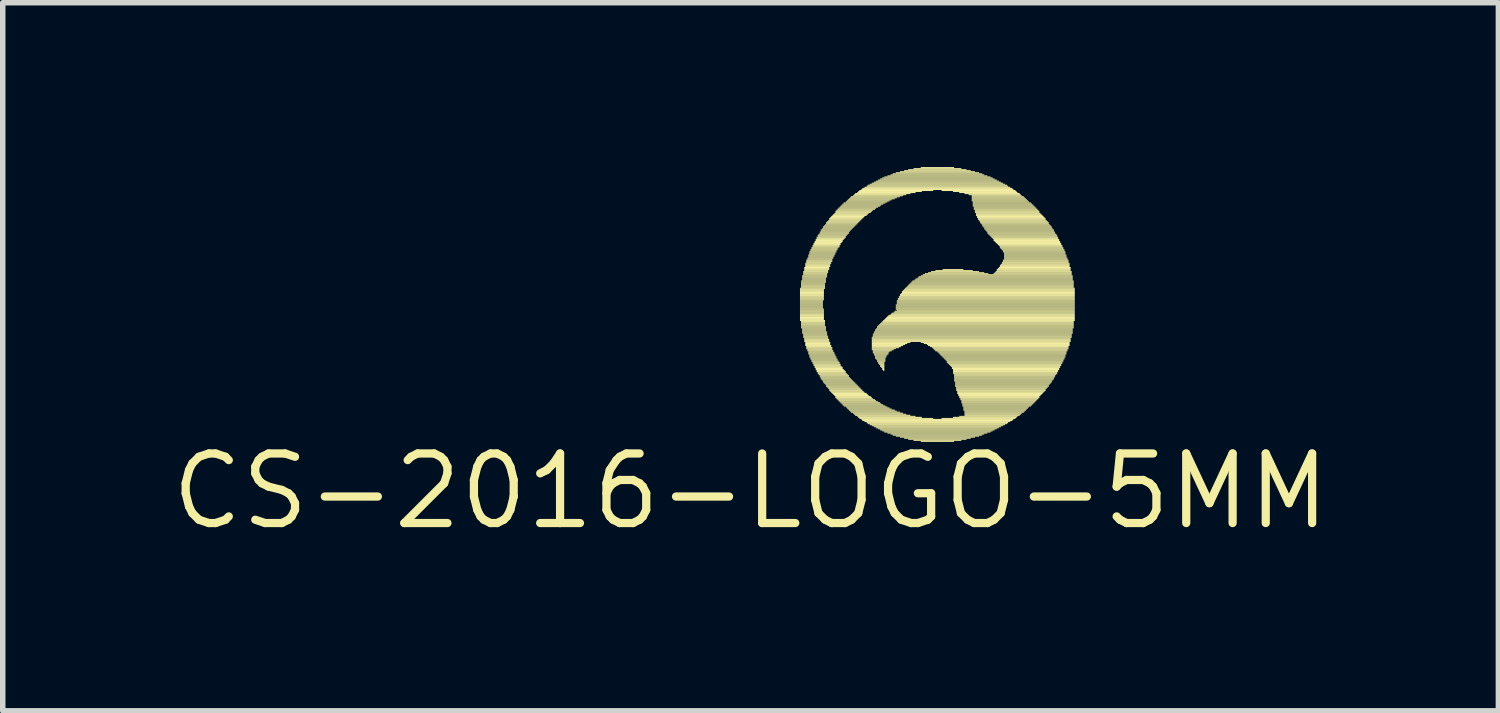
<source format=kicad_pcb>
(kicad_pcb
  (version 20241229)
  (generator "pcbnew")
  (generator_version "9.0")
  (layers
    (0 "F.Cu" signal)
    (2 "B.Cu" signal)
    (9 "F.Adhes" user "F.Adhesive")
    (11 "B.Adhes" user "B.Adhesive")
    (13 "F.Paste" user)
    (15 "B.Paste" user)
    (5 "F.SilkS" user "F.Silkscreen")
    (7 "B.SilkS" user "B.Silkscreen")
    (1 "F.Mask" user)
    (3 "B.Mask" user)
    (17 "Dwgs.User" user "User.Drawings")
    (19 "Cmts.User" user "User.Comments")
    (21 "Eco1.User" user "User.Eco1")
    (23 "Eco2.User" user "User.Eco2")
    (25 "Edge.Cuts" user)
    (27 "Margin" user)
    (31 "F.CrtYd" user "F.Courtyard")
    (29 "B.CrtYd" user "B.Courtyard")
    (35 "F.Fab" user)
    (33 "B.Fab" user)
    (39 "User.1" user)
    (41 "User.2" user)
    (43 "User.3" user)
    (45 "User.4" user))
  (footprint "CS-2016-LOGO-5MM"
    (layer "F.Cu")
    (at 10.651 5.918)
    (property "Reference" "CS-2016-LOGO-5MM" (at 0 0 0) (layer "F.SilkS") (effects (font (size 1.27 1.27) (thickness 0.15))))
    (fp_poly (pts (xy 0.902 -3.696) (xy 1.359 -3.696) (xy 1.359 -3.715) (xy 0.902 -3.715)) (stroke (width 0) (type solid)) (fill yes) (layer "F.SilkS"))
    (fp_poly (pts (xy 0.902 -3.676) (xy 1.339 -3.676) (xy 1.339 -3.696) (xy 0.902 -3.696)) (stroke (width 0) (type solid)) (fill yes) (layer "F.SilkS"))
    (fp_poly (pts (xy 0.902 -3.658) (xy 1.339 -3.658) (xy 1.339 -3.676) (xy 0.902 -3.676)) (stroke (width 0) (type solid)) (fill yes) (layer "F.SilkS"))
    (fp_poly (pts (xy 0.902 -3.639) (xy 1.339 -3.639) (xy 1.339 -3.658) (xy 0.902 -3.658)) (stroke (width 0) (type solid)) (fill yes) (layer "F.SilkS"))
    (fp_poly (pts (xy 0.902 -3.619) (xy 1.339 -3.619) (xy 1.339 -3.639) (xy 0.902 -3.639)) (stroke (width 0) (type solid)) (fill yes) (layer "F.SilkS"))
    (fp_poly (pts (xy 0.902 -3.6) (xy 1.339 -3.6) (xy 1.339 -3.619) (xy 0.902 -3.619)) (stroke (width 0) (type solid)) (fill yes) (layer "F.SilkS"))
    (fp_poly (pts (xy 0.902 -3.582) (xy 1.339 -3.582) (xy 1.339 -3.6) (xy 0.902 -3.6)) (stroke (width 0) (type solid)) (fill yes) (layer "F.SilkS"))
    (fp_poly (pts (xy 0.902 -3.562) (xy 1.339 -3.562) (xy 1.339 -3.582) (xy 0.902 -3.582)) (stroke (width 0) (type solid)) (fill yes) (layer "F.SilkS"))
    (fp_poly (pts (xy 0.902 -3.543) (xy 1.339 -3.543) (xy 1.339 -3.562) (xy 0.902 -3.562)) (stroke (width 0) (type solid)) (fill yes) (layer "F.SilkS"))
    (fp_poly (pts (xy 0.902 -3.525) (xy 1.339 -3.525) (xy 1.339 -3.543) (xy 0.902 -3.543)) (stroke (width 0) (type solid)) (fill yes) (layer "F.SilkS"))
    (fp_poly (pts (xy 0.902 -3.506) (xy 1.339 -3.506) (xy 1.339 -3.525) (xy 0.902 -3.525)) (stroke (width 0) (type solid)) (fill yes) (layer "F.SilkS"))
    (fp_poly (pts (xy 0.902 -3.486) (xy 1.339 -3.486) (xy 1.339 -3.506) (xy 0.902 -3.506)) (stroke (width 0) (type solid)) (fill yes) (layer "F.SilkS"))
    (fp_poly (pts (xy 0.902 -3.467) (xy 1.321 -3.467) (xy 1.321 -3.486) (xy 0.902 -3.486)) (stroke (width 0) (type solid)) (fill yes) (layer "F.SilkS"))
    (fp_poly (pts (xy 0.902 -3.449) (xy 1.321 -3.449) (xy 1.321 -3.467) (xy 0.902 -3.467)) (stroke (width 0) (type solid)) (fill yes) (layer "F.SilkS"))
    (fp_poly (pts (xy 0.902 -3.429) (xy 1.321 -3.429) (xy 1.321 -3.449) (xy 0.902 -3.449)) (stroke (width 0) (type solid)) (fill yes) (layer "F.SilkS"))
    (fp_poly (pts (xy 0.902 -3.41) (xy 1.321 -3.41) (xy 1.321 -3.429) (xy 0.902 -3.429)) (stroke (width 0) (type solid)) (fill yes) (layer "F.SilkS"))
    (fp_poly (pts (xy 0.902 -3.392) (xy 1.321 -3.392) (xy 1.321 -3.41) (xy 0.902 -3.41)) (stroke (width 0) (type solid)) (fill yes) (layer "F.SilkS"))
    (fp_poly (pts (xy 0.902 -3.373) (xy 1.321 -3.373) (xy 1.321 -3.392) (xy 0.902 -3.392)) (stroke (width 0) (type solid)) (fill yes) (layer "F.SilkS"))
    (fp_poly (pts (xy 0.902 -3.353) (xy 1.321 -3.353) (xy 1.321 -3.373) (xy 0.902 -3.373)) (stroke (width 0) (type solid)) (fill yes) (layer "F.SilkS"))
    (fp_poly (pts (xy 0.902 -3.334) (xy 1.321 -3.334) (xy 1.321 -3.353) (xy 0.902 -3.353)) (stroke (width 0) (type solid)) (fill yes) (layer "F.SilkS"))
    (fp_poly (pts (xy 0.902 -3.316) (xy 1.339 -3.316) (xy 1.339 -3.334) (xy 0.902 -3.334)) (stroke (width 0) (type solid)) (fill yes) (layer "F.SilkS"))
    (fp_poly (pts (xy 0.902 -3.296) (xy 1.339 -3.296) (xy 1.339 -3.316) (xy 0.902 -3.316)) (stroke (width 0) (type solid)) (fill yes) (layer "F.SilkS"))
    (fp_poly (pts (xy 0.902 -3.277) (xy 1.339 -3.277) (xy 1.339 -3.296) (xy 0.902 -3.296)) (stroke (width 0) (type solid)) (fill yes) (layer "F.SilkS"))
    (fp_poly (pts (xy 0.902 -3.259) (xy 1.339 -3.259) (xy 1.339 -3.277) (xy 0.902 -3.277)) (stroke (width 0) (type solid)) (fill yes) (layer "F.SilkS"))
    (fp_poly (pts (xy 0.902 -3.24) (xy 1.339 -3.24) (xy 1.339 -3.259) (xy 0.902 -3.259)) (stroke (width 0) (type solid)) (fill yes) (layer "F.SilkS"))
    (fp_poly (pts (xy 0.902 -3.22) (xy 1.339 -3.22) (xy 1.339 -3.24) (xy 0.902 -3.24)) (stroke (width 0) (type solid)) (fill yes) (layer "F.SilkS"))
    (fp_poly (pts (xy 0.902 -3.201) (xy 1.339 -3.201) (xy 1.339 -3.22) (xy 0.902 -3.22)) (stroke (width 0) (type solid)) (fill yes) (layer "F.SilkS"))
    (fp_poly (pts (xy 0.902 -3.183) (xy 1.339 -3.183) (xy 1.339 -3.201) (xy 0.902 -3.201)) (stroke (width 0) (type solid)) (fill yes) (layer "F.SilkS"))
    (fp_poly (pts (xy 0.902 -3.163) (xy 1.339 -3.163) (xy 1.339 -3.183) (xy 0.902 -3.183)) (stroke (width 0) (type solid)) (fill yes) (layer "F.SilkS"))
    (fp_poly (pts (xy 0.902 -3.144) (xy 1.339 -3.144) (xy 1.339 -3.163) (xy 0.902 -3.163)) (stroke (width 0) (type solid)) (fill yes) (layer "F.SilkS"))
    (fp_poly (pts (xy 0.902 -3.126) (xy 1.339 -3.126) (xy 1.339 -3.144) (xy 0.902 -3.144)) (stroke (width 0) (type solid)) (fill yes) (layer "F.SilkS"))
    (fp_poly (pts (xy 0.902 -3.107) (xy 1.359 -3.107) (xy 1.359 -3.126) (xy 0.902 -3.126)) (stroke (width 0) (type solid)) (fill yes) (layer "F.SilkS"))
    (fp_poly (pts (xy 0.921 -3.829) (xy 1.377 -3.829) (xy 1.377 -3.848) (xy 0.921 -3.848)) (stroke (width 0) (type solid)) (fill yes) (layer "F.SilkS"))
    (fp_poly (pts (xy 0.921 -3.809) (xy 1.377 -3.809) (xy 1.377 -3.829) (xy 0.921 -3.829)) (stroke (width 0) (type solid)) (fill yes) (layer "F.SilkS"))
    (fp_poly (pts (xy 0.921 -3.791) (xy 1.359 -3.791) (xy 1.359 -3.809) (xy 0.921 -3.809)) (stroke (width 0) (type solid)) (fill yes) (layer "F.SilkS"))
    (fp_poly (pts (xy 0.921 -3.772) (xy 1.359 -3.772) (xy 1.359 -3.791) (xy 0.921 -3.791)) (stroke (width 0) (type solid)) (fill yes) (layer "F.SilkS"))
    (fp_poly (pts (xy 0.921 -3.752) (xy 1.359 -3.752) (xy 1.359 -3.772) (xy 0.921 -3.772)) (stroke (width 0) (type solid)) (fill yes) (layer "F.SilkS"))
    (fp_poly (pts (xy 0.921 -3.733) (xy 1.359 -3.733) (xy 1.359 -3.752) (xy 0.921 -3.752)) (stroke (width 0) (type solid)) (fill yes) (layer "F.SilkS"))
    (fp_poly (pts (xy 0.921 -3.715) (xy 1.359 -3.715) (xy 1.359 -3.733) (xy 0.921 -3.733)) (stroke (width 0) (type solid)) (fill yes) (layer "F.SilkS"))
    (fp_poly (pts (xy 0.921 -3.087) (xy 1.359 -3.087) (xy 1.359 -3.107) (xy 0.921 -3.107)) (stroke (width 0) (type solid)) (fill yes) (layer "F.SilkS"))
    (fp_poly (pts (xy 0.921 -3.068) (xy 1.359 -3.068) (xy 1.359 -3.087) (xy 0.921 -3.087)) (stroke (width 0) (type solid)) (fill yes) (layer "F.SilkS"))
    (fp_poly (pts (xy 0.921 -3.05) (xy 1.359 -3.05) (xy 1.359 -3.068) (xy 0.921 -3.068)) (stroke (width 0) (type solid)) (fill yes) (layer "F.SilkS"))
    (fp_poly (pts (xy 0.921 -3.03) (xy 1.359 -3.03) (xy 1.359 -3.05) (xy 0.921 -3.05)) (stroke (width 0) (type solid)) (fill yes) (layer "F.SilkS"))
    (fp_poly (pts (xy 0.921 -3.011) (xy 1.359 -3.011) (xy 1.359 -3.03) (xy 0.921 -3.03)) (stroke (width 0) (type solid)) (fill yes) (layer "F.SilkS"))
    (fp_poly (pts (xy 0.921 -2.993) (xy 1.377 -2.993) (xy 1.377 -3.011) (xy 0.921 -3.011)) (stroke (width 0) (type solid)) (fill yes) (layer "F.SilkS"))
    (fp_poly (pts (xy 0.921 -2.974) (xy 1.377 -2.974) (xy 1.377 -2.993) (xy 0.921 -2.993)) (stroke (width 0) (type solid)) (fill yes) (layer "F.SilkS"))
    (fp_poly (pts (xy 0.941 -3.924) (xy 1.397 -3.924) (xy 1.397 -3.942) (xy 0.941 -3.942)) (stroke (width 0) (type solid)) (fill yes) (layer "F.SilkS"))
    (fp_poly (pts (xy 0.941 -3.905) (xy 1.397 -3.905) (xy 1.397 -3.924) (xy 0.941 -3.924)) (stroke (width 0) (type solid)) (fill yes) (layer "F.SilkS"))
    (fp_poly (pts (xy 0.941 -3.885) (xy 1.377 -3.885) (xy 1.377 -3.905) (xy 0.941 -3.905)) (stroke (width 0) (type solid)) (fill yes) (layer "F.SilkS"))
    (fp_poly (pts (xy 0.941 -3.866) (xy 1.377 -3.866) (xy 1.377 -3.885) (xy 0.941 -3.885)) (stroke (width 0) (type solid)) (fill yes) (layer "F.SilkS"))
    (fp_poly (pts (xy 0.941 -3.848) (xy 1.377 -3.848) (xy 1.377 -3.866) (xy 0.941 -3.866)) (stroke (width 0) (type solid)) (fill yes) (layer "F.SilkS"))
    (fp_poly (pts (xy 0.941 -2.954) (xy 1.377 -2.954) (xy 1.377 -2.974) (xy 0.941 -2.974)) (stroke (width 0) (type solid)) (fill yes) (layer "F.SilkS"))
    (fp_poly (pts (xy 0.941 -2.936) (xy 1.377 -2.936) (xy 1.377 -2.954) (xy 0.941 -2.954)) (stroke (width 0) (type solid)) (fill yes) (layer "F.SilkS"))
    (fp_poly (pts (xy 0.941 -2.917) (xy 1.377 -2.917) (xy 1.377 -2.936) (xy 0.941 -2.936)) (stroke (width 0) (type solid)) (fill yes) (layer "F.SilkS"))
    (fp_poly (pts (xy 0.941 -2.897) (xy 1.397 -2.897) (xy 1.397 -2.917) (xy 0.941 -2.917)) (stroke (width 0) (type solid)) (fill yes) (layer "F.SilkS"))
    (fp_poly (pts (xy 0.941 -2.878) (xy 1.397 -2.878) (xy 1.397 -2.897) (xy 0.941 -2.897)) (stroke (width 0) (type solid)) (fill yes) (layer "F.SilkS"))
    (fp_poly (pts (xy 0.96 -3.999) (xy 1.415 -3.999) (xy 1.415 -4.019) (xy 0.96 -4.019)) (stroke (width 0) (type solid)) (fill yes) (layer "F.SilkS"))
    (fp_poly (pts (xy 0.96 -3.981) (xy 1.415 -3.981) (xy 1.415 -3.999) (xy 0.96 -3.999)) (stroke (width 0) (type solid)) (fill yes) (layer "F.SilkS"))
    (fp_poly (pts (xy 0.96 -3.962) (xy 1.397 -3.962) (xy 1.397 -3.981) (xy 0.96 -3.981)) (stroke (width 0) (type solid)) (fill yes) (layer "F.SilkS"))
    (fp_poly (pts (xy 0.96 -3.942) (xy 1.397 -3.942) (xy 1.397 -3.962) (xy 0.96 -3.962)) (stroke (width 0) (type solid)) (fill yes) (layer "F.SilkS"))
    (fp_poly (pts (xy 0.96 -2.86) (xy 1.397 -2.86) (xy 1.397 -2.878) (xy 0.96 -2.878)) (stroke (width 0) (type solid)) (fill yes) (layer "F.SilkS"))
    (fp_poly (pts (xy 0.96 -2.841) (xy 1.397 -2.841) (xy 1.397 -2.86) (xy 0.96 -2.86)) (stroke (width 0) (type solid)) (fill yes) (layer "F.SilkS"))
    (fp_poly (pts (xy 0.96 -2.821) (xy 1.415 -2.821) (xy 1.415 -2.841) (xy 0.96 -2.841)) (stroke (width 0) (type solid)) (fill yes) (layer "F.SilkS"))
    (fp_poly (pts (xy 0.96 -2.803) (xy 1.415 -2.803) (xy 1.415 -2.821) (xy 0.96 -2.821)) (stroke (width 0) (type solid)) (fill yes) (layer "F.SilkS"))
    (fp_poly (pts (xy 0.979 -4.075) (xy 1.435 -4.075) (xy 1.435 -4.095) (xy 0.979 -4.095)) (stroke (width 0) (type solid)) (fill yes) (layer "F.SilkS"))
    (fp_poly (pts (xy 0.979 -4.056) (xy 1.435 -4.056) (xy 1.435 -4.075) (xy 0.979 -4.075)) (stroke (width 0) (type solid)) (fill yes) (layer "F.SilkS"))
    (fp_poly (pts (xy 0.979 -4.037) (xy 1.435 -4.037) (xy 1.435 -4.056) (xy 0.979 -4.056)) (stroke (width 0) (type solid)) (fill yes) (layer "F.SilkS"))
    (fp_poly (pts (xy 0.979 -4.019) (xy 1.415 -4.019) (xy 1.415 -4.037) (xy 0.979 -4.037)) (stroke (width 0) (type solid)) (fill yes) (layer "F.SilkS"))
    (fp_poly (pts (xy 0.979 -2.784) (xy 1.415 -2.784) (xy 1.415 -2.803) (xy 0.979 -2.803)) (stroke (width 0) (type solid)) (fill yes) (layer "F.SilkS"))
    (fp_poly (pts (xy 0.979 -2.764) (xy 1.435 -2.764) (xy 1.435 -2.784) (xy 0.979 -2.784)) (stroke (width 0) (type solid)) (fill yes) (layer "F.SilkS"))
    (fp_poly (pts (xy 0.979 -2.745) (xy 1.435 -2.745) (xy 1.435 -2.764) (xy 0.979 -2.764)) (stroke (width 0) (type solid)) (fill yes) (layer "F.SilkS"))
    (fp_poly (pts (xy 0.979 -2.727) (xy 1.435 -2.727) (xy 1.435 -2.745) (xy 0.979 -2.745)) (stroke (width 0) (type solid)) (fill yes) (layer "F.SilkS"))
    (fp_poly (pts (xy 0.998 -4.152) (xy 1.472 -4.152) (xy 1.472 -4.17) (xy 0.998 -4.17)) (stroke (width 0) (type solid)) (fill yes) (layer "F.SilkS"))
    (fp_poly (pts (xy 0.998 -4.133) (xy 1.454 -4.133) (xy 1.454 -4.152) (xy 0.998 -4.152)) (stroke (width 0) (type solid)) (fill yes) (layer "F.SilkS"))
    (fp_poly (pts (xy 0.998 -4.114) (xy 1.454 -4.114) (xy 1.454 -4.133) (xy 0.998 -4.133)) (stroke (width 0) (type solid)) (fill yes) (layer "F.SilkS"))
    (fp_poly (pts (xy 0.998 -4.095) (xy 1.454 -4.095) (xy 1.454 -4.114) (xy 0.998 -4.114)) (stroke (width 0) (type solid)) (fill yes) (layer "F.SilkS"))
    (fp_poly (pts (xy 0.998 -2.708) (xy 1.454 -2.708) (xy 1.454 -2.727) (xy 0.998 -2.727)) (stroke (width 0) (type solid)) (fill yes) (layer "F.SilkS"))
    (fp_poly (pts (xy 0.998 -2.688) (xy 1.454 -2.688) (xy 1.454 -2.708) (xy 0.998 -2.708)) (stroke (width 0) (type solid)) (fill yes) (layer "F.SilkS"))
    (fp_poly (pts (xy 0.998 -2.67) (xy 1.454 -2.67) (xy 1.454 -2.688) (xy 0.998 -2.688)) (stroke (width 0) (type solid)) (fill yes) (layer "F.SilkS"))
    (fp_poly (pts (xy 0.998 -2.651) (xy 1.472 -2.651) (xy 1.472 -2.67) (xy 0.998 -2.67)) (stroke (width 0) (type solid)) (fill yes) (layer "F.SilkS"))
    (fp_poly (pts (xy 1.016 -4.208) (xy 1.492 -4.208) (xy 1.492 -4.228) (xy 1.016 -4.228)) (stroke (width 0) (type solid)) (fill yes) (layer "F.SilkS"))
    (fp_poly (pts (xy 1.016 -4.189) (xy 1.492 -4.189) (xy 1.492 -4.208) (xy 1.016 -4.208)) (stroke (width 0) (type solid)) (fill yes) (layer "F.SilkS"))
    (fp_poly (pts (xy 1.016 -4.17) (xy 1.472 -4.17) (xy 1.472 -4.189) (xy 1.016 -4.189)) (stroke (width 0) (type solid)) (fill yes) (layer "F.SilkS"))
    (fp_poly (pts (xy 1.016 -2.631) (xy 1.472 -2.631) (xy 1.472 -2.651) (xy 1.016 -2.651)) (stroke (width 0) (type solid)) (fill yes) (layer "F.SilkS"))
    (fp_poly (pts (xy 1.016 -2.612) (xy 1.492 -2.612) (xy 1.492 -2.631) (xy 1.016 -2.631)) (stroke (width 0) (type solid)) (fill yes) (layer "F.SilkS"))
    (fp_poly (pts (xy 1.016 -2.594) (xy 1.492 -2.594) (xy 1.492 -2.612) (xy 1.016 -2.612)) (stroke (width 0) (type solid)) (fill yes) (layer "F.SilkS"))
    (fp_poly (pts (xy 1.036 -4.247) (xy 1.51 -4.247) (xy 1.51 -4.266) (xy 1.036 -4.266)) (stroke (width 0) (type solid)) (fill yes) (layer "F.SilkS"))
    (fp_poly (pts (xy 1.036 -4.228) (xy 1.492 -4.228) (xy 1.492 -4.247) (xy 1.036 -4.247)) (stroke (width 0) (type solid)) (fill yes) (layer "F.SilkS"))
    (fp_poly (pts (xy 1.036 -2.575) (xy 1.492 -2.575) (xy 1.492 -2.594) (xy 1.036 -2.594)) (stroke (width 0) (type solid)) (fill yes) (layer "F.SilkS"))
    (fp_poly (pts (xy 1.036 -2.555) (xy 1.51 -2.555) (xy 1.51 -2.575) (xy 1.036 -2.575)) (stroke (width 0) (type solid)) (fill yes) (layer "F.SilkS"))
    (fp_poly (pts (xy 1.054 -4.303) (xy 1.53 -4.303) (xy 1.53 -4.322) (xy 1.054 -4.322)) (stroke (width 0) (type solid)) (fill yes) (layer "F.SilkS"))
    (fp_poly (pts (xy 1.054 -4.285) (xy 1.53 -4.285) (xy 1.53 -4.303) (xy 1.054 -4.303)) (stroke (width 0) (type solid)) (fill yes) (layer "F.SilkS"))
    (fp_poly (pts (xy 1.054 -4.266) (xy 1.51 -4.266) (xy 1.51 -4.285) (xy 1.054 -4.285)) (stroke (width 0) (type solid)) (fill yes) (layer "F.SilkS"))
    (fp_poly (pts (xy 1.054 -2.537) (xy 1.51 -2.537) (xy 1.51 -2.555) (xy 1.054 -2.555)) (stroke (width 0) (type solid)) (fill yes) (layer "F.SilkS"))
    (fp_poly (pts (xy 1.054 -2.518) (xy 1.53 -2.518) (xy 1.53 -2.537) (xy 1.054 -2.537)) (stroke (width 0) (type solid)) (fill yes) (layer "F.SilkS"))
    (fp_poly (pts (xy 1.054 -2.498) (xy 1.53 -2.498) (xy 1.53 -2.518) (xy 1.054 -2.518)) (stroke (width 0) (type solid)) (fill yes) (layer "F.SilkS"))
    (fp_poly (pts (xy 1.073 -4.361) (xy 1.567 -4.361) (xy 1.567 -4.38) (xy 1.073 -4.38)) (stroke (width 0) (type solid)) (fill yes) (layer "F.SilkS"))
    (fp_poly (pts (xy 1.073 -4.341) (xy 1.548 -4.341) (xy 1.548 -4.361) (xy 1.073 -4.361)) (stroke (width 0) (type solid)) (fill yes) (layer "F.SilkS"))
    (fp_poly (pts (xy 1.073 -4.322) (xy 1.548 -4.322) (xy 1.548 -4.341) (xy 1.073 -4.341)) (stroke (width 0) (type solid)) (fill yes) (layer "F.SilkS"))
    (fp_poly (pts (xy 1.073 -2.479) (xy 1.548 -2.479) (xy 1.548 -2.498) (xy 1.073 -2.498)) (stroke (width 0) (type solid)) (fill yes) (layer "F.SilkS"))
    (fp_poly (pts (xy 1.073 -2.461) (xy 1.548 -2.461) (xy 1.548 -2.479) (xy 1.073 -2.479)) (stroke (width 0) (type solid)) (fill yes) (layer "F.SilkS"))
    (fp_poly (pts (xy 1.073 -2.442) (xy 1.567 -2.442) (xy 1.567 -2.461) (xy 1.073 -2.461)) (stroke (width 0) (type solid)) (fill yes) (layer "F.SilkS"))
    (fp_poly (pts (xy 1.093 -4.399) (xy 1.587 -4.399) (xy 1.587 -4.418) (xy 1.093 -4.418)) (stroke (width 0) (type solid)) (fill yes) (layer "F.SilkS"))
    (fp_poly (pts (xy 1.093 -4.38) (xy 1.567 -4.38) (xy 1.567 -4.399) (xy 1.093 -4.399)) (stroke (width 0) (type solid)) (fill yes) (layer "F.SilkS"))
    (fp_poly (pts (xy 1.093 -2.422) (xy 1.567 -2.422) (xy 1.567 -2.442) (xy 1.093 -2.442)) (stroke (width 0) (type solid)) (fill yes) (layer "F.SilkS"))
    (fp_poly (pts (xy 1.093 -2.404) (xy 1.587 -2.404) (xy 1.587 -2.422) (xy 1.093 -2.422)) (stroke (width 0) (type solid)) (fill yes) (layer "F.SilkS"))
    (fp_poly (pts (xy 1.111 -4.436) (xy 1.605 -4.436) (xy 1.605 -4.455) (xy 1.111 -4.455)) (stroke (width 0) (type solid)) (fill yes) (layer "F.SilkS"))
    (fp_poly (pts (xy 1.111 -4.418) (xy 1.587 -4.418) (xy 1.587 -4.436) (xy 1.111 -4.436)) (stroke (width 0) (type solid)) (fill yes) (layer "F.SilkS"))
    (fp_poly (pts (xy 1.111 -2.385) (xy 1.587 -2.385) (xy 1.587 -2.404) (xy 1.111 -2.404)) (stroke (width 0) (type solid)) (fill yes) (layer "F.SilkS"))
    (fp_poly (pts (xy 1.111 -2.365) (xy 1.605 -2.365) (xy 1.605 -2.385) (xy 1.111 -2.385)) (stroke (width 0) (type solid)) (fill yes) (layer "F.SilkS"))
    (fp_poly (pts (xy 1.131 -4.474) (xy 1.625 -4.474) (xy 1.625 -4.494) (xy 1.131 -4.494)) (stroke (width 0) (type solid)) (fill yes) (layer "F.SilkS"))
    (fp_poly (pts (xy 1.131 -4.455) (xy 1.625 -4.455) (xy 1.625 -4.474) (xy 1.131 -4.474)) (stroke (width 0) (type solid)) (fill yes) (layer "F.SilkS"))
    (fp_poly (pts (xy 1.131 -2.346) (xy 1.625 -2.346) (xy 1.625 -2.365) (xy 1.131 -2.365)) (stroke (width 0) (type solid)) (fill yes) (layer "F.SilkS"))
    (fp_poly (pts (xy 1.131 -2.328) (xy 1.625 -2.328) (xy 1.625 -2.346) (xy 1.131 -2.346)) (stroke (width 0) (type solid)) (fill yes) (layer "F.SilkS"))
    (fp_poly (pts (xy 1.149 -4.513) (xy 1.643 -4.513) (xy 1.643 -4.532) (xy 1.149 -4.532)) (stroke (width 0) (type solid)) (fill yes) (layer "F.SilkS"))
    (fp_poly (pts (xy 1.149 -4.494) (xy 1.643 -4.494) (xy 1.643 -4.513) (xy 1.149 -4.513)) (stroke (width 0) (type solid)) (fill yes) (layer "F.SilkS"))
    (fp_poly (pts (xy 1.149 -2.308) (xy 1.643 -2.308) (xy 1.643 -2.328) (xy 1.149 -2.328)) (stroke (width 0) (type solid)) (fill yes) (layer "F.SilkS"))
    (fp_poly (pts (xy 1.149 -2.289) (xy 1.643 -2.289) (xy 1.643 -2.308) (xy 1.149 -2.308)) (stroke (width 0) (type solid)) (fill yes) (layer "F.SilkS"))
    (fp_poly (pts (xy 1.169 -4.551) (xy 1.681 -4.551) (xy 1.681 -4.569) (xy 1.169 -4.569)) (stroke (width 0) (type solid)) (fill yes) (layer "F.SilkS"))
    (fp_poly (pts (xy 1.169 -4.532) (xy 1.663 -4.532) (xy 1.663 -4.551) (xy 1.169 -4.551)) (stroke (width 0) (type solid)) (fill yes) (layer "F.SilkS"))
    (fp_poly (pts (xy 1.169 -2.271) (xy 1.663 -2.271) (xy 1.663 -2.289) (xy 1.169 -2.289)) (stroke (width 0) (type solid)) (fill yes) (layer "F.SilkS"))
    (fp_poly (pts (xy 1.169 -2.252) (xy 1.681 -2.252) (xy 1.681 -2.271) (xy 1.169 -2.271)) (stroke (width 0) (type solid)) (fill yes) (layer "F.SilkS"))
    (fp_poly (pts (xy 1.188 -4.588) (xy 1.7 -4.588) (xy 1.7 -4.607) (xy 1.188 -4.607)) (stroke (width 0) (type solid)) (fill yes) (layer "F.SilkS"))
    (fp_poly (pts (xy 1.188 -4.569) (xy 1.681 -4.569) (xy 1.681 -4.588) (xy 1.188 -4.588)) (stroke (width 0) (type solid)) (fill yes) (layer "F.SilkS"))
    (fp_poly (pts (xy 1.188 -2.232) (xy 1.681 -2.232) (xy 1.681 -2.252) (xy 1.188 -2.252)) (stroke (width 0) (type solid)) (fill yes) (layer "F.SilkS"))
    (fp_poly (pts (xy 1.188 -2.213) (xy 1.7 -2.213) (xy 1.7 -2.232) (xy 1.188 -2.232)) (stroke (width 0) (type solid)) (fill yes) (layer "F.SilkS"))
    (fp_poly (pts (xy 1.206 -4.627) (xy 1.738 -4.627) (xy 1.738 -4.646) (xy 1.206 -4.646)) (stroke (width 0) (type solid)) (fill yes) (layer "F.SilkS"))
    (fp_poly (pts (xy 1.206 -4.607) (xy 1.72 -4.607) (xy 1.72 -4.627) (xy 1.206 -4.627)) (stroke (width 0) (type solid)) (fill yes) (layer "F.SilkS"))
    (fp_poly (pts (xy 1.206 -2.195) (xy 1.72 -2.195) (xy 1.72 -2.213) (xy 1.206 -2.213)) (stroke (width 0) (type solid)) (fill yes) (layer "F.SilkS"))
    (fp_poly (pts (xy 1.206 -2.175) (xy 1.738 -2.175) (xy 1.738 -2.195) (xy 1.206 -2.195)) (stroke (width 0) (type solid)) (fill yes) (layer "F.SilkS"))
    (fp_poly (pts (xy 1.226 -4.665) (xy 1.758 -4.665) (xy 1.758 -4.684) (xy 1.226 -4.684)) (stroke (width 0) (type solid)) (fill yes) (layer "F.SilkS"))
    (fp_poly (pts (xy 1.226 -4.646) (xy 1.738 -4.646) (xy 1.738 -4.665) (xy 1.226 -4.665)) (stroke (width 0) (type solid)) (fill yes) (layer "F.SilkS"))
    (fp_poly (pts (xy 1.226 -2.156) (xy 1.738 -2.156) (xy 1.738 -2.175) (xy 1.226 -2.175)) (stroke (width 0) (type solid)) (fill yes) (layer "F.SilkS"))
    (fp_poly (pts (xy 1.226 -2.138) (xy 1.758 -2.138) (xy 1.758 -2.156) (xy 1.226 -2.156)) (stroke (width 0) (type solid)) (fill yes) (layer "F.SilkS"))
    (fp_poly (pts (xy 1.244 -4.684) (xy 1.776 -4.684) (xy 1.776 -4.702) (xy 1.244 -4.702)) (stroke (width 0) (type solid)) (fill yes) (layer "F.SilkS"))
    (fp_poly (pts (xy 1.244 -2.119) (xy 1.776 -2.119) (xy 1.776 -2.138) (xy 1.244 -2.138)) (stroke (width 0) (type solid)) (fill yes) (layer "F.SilkS"))
    (fp_poly (pts (xy 1.264 -4.721) (xy 1.796 -4.721) (xy 1.796 -4.74) (xy 1.264 -4.74)) (stroke (width 0) (type solid)) (fill yes) (layer "F.SilkS"))
    (fp_poly (pts (xy 1.264 -4.702) (xy 1.796 -4.702) (xy 1.796 -4.721) (xy 1.264 -4.721)) (stroke (width 0) (type solid)) (fill yes) (layer "F.SilkS"))
    (fp_poly (pts (xy 1.264 -2.099) (xy 1.796 -2.099) (xy 1.796 -2.119) (xy 1.264 -2.119)) (stroke (width 0) (type solid)) (fill yes) (layer "F.SilkS"))
    (fp_poly (pts (xy 1.264 -2.08) (xy 1.796 -2.08) (xy 1.796 -2.099) (xy 1.264 -2.099)) (stroke (width 0) (type solid)) (fill yes) (layer "F.SilkS"))
    (fp_poly (pts (xy 1.282 -4.76) (xy 1.833 -4.76) (xy 1.833 -4.779) (xy 1.282 -4.779)) (stroke (width 0) (type solid)) (fill yes) (layer "F.SilkS"))
    (fp_poly (pts (xy 1.282 -4.74) (xy 1.815 -4.74) (xy 1.815 -4.76) (xy 1.282 -4.76)) (stroke (width 0) (type solid)) (fill yes) (layer "F.SilkS"))
    (fp_poly (pts (xy 1.282 -2.062) (xy 1.815 -2.062) (xy 1.815 -2.08) (xy 1.282 -2.08)) (stroke (width 0) (type solid)) (fill yes) (layer "F.SilkS"))
    (fp_poly (pts (xy 1.282 -2.042) (xy 1.833 -2.042) (xy 1.833 -2.062) (xy 1.282 -2.062)) (stroke (width 0) (type solid)) (fill yes) (layer "F.SilkS"))
    (fp_poly (pts (xy 1.302 -4.779) (xy 1.853 -4.779) (xy 1.853 -4.798) (xy 1.302 -4.798)) (stroke (width 0) (type solid)) (fill yes) (layer "F.SilkS"))
    (fp_poly (pts (xy 1.302 -2.023) (xy 1.853 -2.023) (xy 1.853 -2.042) (xy 1.302 -2.042)) (stroke (width 0) (type solid)) (fill yes) (layer "F.SilkS"))
    (fp_poly (pts (xy 1.321 -4.816) (xy 1.891 -4.816) (xy 1.891 -4.835) (xy 1.321 -4.835)) (stroke (width 0) (type solid)) (fill yes) (layer "F.SilkS"))
    (fp_poly (pts (xy 1.321 -4.798) (xy 1.871 -4.798) (xy 1.871 -4.816) (xy 1.321 -4.816)) (stroke (width 0) (type solid)) (fill yes) (layer "F.SilkS"))
    (fp_poly (pts (xy 1.321 -2.005) (xy 1.871 -2.005) (xy 1.871 -2.023) (xy 1.321 -2.023)) (stroke (width 0) (type solid)) (fill yes) (layer "F.SilkS"))
    (fp_poly (pts (xy 1.321 -1.986) (xy 1.891 -1.986) (xy 1.891 -2.005) (xy 1.321 -2.005)) (stroke (width 0) (type solid)) (fill yes) (layer "F.SilkS"))
    (fp_poly (pts (xy 1.339 -4.835) (xy 1.909 -4.835) (xy 1.909 -4.854) (xy 1.339 -4.854)) (stroke (width 0) (type solid)) (fill yes) (layer "F.SilkS"))
    (fp_poly (pts (xy 1.339 -1.966) (xy 1.909 -1.966) (xy 1.909 -1.986) (xy 1.339 -1.986)) (stroke (width 0) (type solid)) (fill yes) (layer "F.SilkS"))
    (fp_poly (pts (xy 1.359 -4.854) (xy 1.929 -4.854) (xy 1.929 -4.873) (xy 1.359 -4.873)) (stroke (width 0) (type solid)) (fill yes) (layer "F.SilkS"))
    (fp_poly (pts (xy 1.359 -1.948) (xy 1.929 -1.948) (xy 1.929 -1.966) (xy 1.359 -1.966)) (stroke (width 0) (type solid)) (fill yes) (layer "F.SilkS"))
    (fp_poly (pts (xy 1.377 -4.893) (xy 1.966 -4.893) (xy 1.966 -4.912) (xy 1.377 -4.912)) (stroke (width 0) (type solid)) (fill yes) (layer "F.SilkS"))
    (fp_poly (pts (xy 1.377 -4.873) (xy 1.948 -4.873) (xy 1.948 -4.893) (xy 1.377 -4.893)) (stroke (width 0) (type solid)) (fill yes) (layer "F.SilkS"))
    (fp_poly (pts (xy 1.377 -1.929) (xy 1.948 -1.929) (xy 1.948 -1.948) (xy 1.377 -1.948)) (stroke (width 0) (type solid)) (fill yes) (layer "F.SilkS"))
    (fp_poly (pts (xy 1.377 -1.909) (xy 1.966 -1.909) (xy 1.966 -1.929) (xy 1.377 -1.929)) (stroke (width 0) (type solid)) (fill yes) (layer "F.SilkS"))
    (fp_poly (pts (xy 1.397 -4.912) (xy 1.986 -4.912) (xy 1.986 -4.931) (xy 1.397 -4.931)) (stroke (width 0) (type solid)) (fill yes) (layer "F.SilkS"))
    (fp_poly (pts (xy 1.397 -1.891) (xy 1.986 -1.891) (xy 1.986 -1.909) (xy 1.397 -1.909)) (stroke (width 0) (type solid)) (fill yes) (layer "F.SilkS"))
    (fp_poly (pts (xy 1.415 -4.931) (xy 2.005 -4.931) (xy 2.005 -4.949) (xy 1.415 -4.949)) (stroke (width 0) (type solid)) (fill yes) (layer "F.SilkS"))
    (fp_poly (pts (xy 1.415 -1.871) (xy 2.005 -1.871) (xy 2.005 -1.891) (xy 1.415 -1.891)) (stroke (width 0) (type solid)) (fill yes) (layer "F.SilkS"))
    (fp_poly (pts (xy 1.435 -4.968) (xy 2.042 -4.968) (xy 2.042 -4.987) (xy 1.435 -4.987)) (stroke (width 0) (type solid)) (fill yes) (layer "F.SilkS"))
    (fp_poly (pts (xy 1.435 -4.949) (xy 2.023 -4.949) (xy 2.023 -4.968) (xy 1.435 -4.968)) (stroke (width 0) (type solid)) (fill yes) (layer "F.SilkS"))
    (fp_poly (pts (xy 1.435 -1.853) (xy 2.023 -1.853) (xy 2.023 -1.871) (xy 1.435 -1.871)) (stroke (width 0) (type solid)) (fill yes) (layer "F.SilkS"))
    (fp_poly (pts (xy 1.435 -1.833) (xy 2.042 -1.833) (xy 2.042 -1.853) (xy 1.435 -1.853)) (stroke (width 0) (type solid)) (fill yes) (layer "F.SilkS"))
    (fp_poly (pts (xy 1.454 -4.987) (xy 2.062 -4.987) (xy 2.062 -5.006) (xy 1.454 -5.006)) (stroke (width 0) (type solid)) (fill yes) (layer "F.SilkS"))
    (fp_poly (pts (xy 1.454 -1.815) (xy 2.062 -1.815) (xy 2.062 -1.833) (xy 1.454 -1.833)) (stroke (width 0) (type solid)) (fill yes) (layer "F.SilkS"))
    (fp_poly (pts (xy 1.472 -5.006) (xy 2.08 -5.006) (xy 2.08 -5.026) (xy 1.472 -5.026)) (stroke (width 0) (type solid)) (fill yes) (layer "F.SilkS"))
    (fp_poly (pts (xy 1.472 -1.796) (xy 2.08 -1.796) (xy 2.08 -1.815) (xy 1.472 -1.815)) (stroke (width 0) (type solid)) (fill yes) (layer "F.SilkS"))
    (fp_poly (pts (xy 1.492 -5.026) (xy 2.119 -5.026) (xy 2.119 -5.045) (xy 1.492 -5.045)) (stroke (width 0) (type solid)) (fill yes) (layer "F.SilkS"))
    (fp_poly (pts (xy 1.492 -1.776) (xy 2.119 -1.776) (xy 2.119 -1.796) (xy 1.492 -1.796)) (stroke (width 0) (type solid)) (fill yes) (layer "F.SilkS"))
    (fp_poly (pts (xy 1.51 -5.045) (xy 2.138 -5.045) (xy 2.138 -5.064) (xy 1.51 -5.064)) (stroke (width 0) (type solid)) (fill yes) (layer "F.SilkS"))
    (fp_poly (pts (xy 1.51 -1.758) (xy 2.138 -1.758) (xy 2.138 -1.776) (xy 1.51 -1.776)) (stroke (width 0) (type solid)) (fill yes) (layer "F.SilkS"))
    (fp_poly (pts (xy 1.53 -5.064) (xy 2.156 -5.064) (xy 2.156 -5.082) (xy 1.53 -5.082)) (stroke (width 0) (type solid)) (fill yes) (layer "F.SilkS"))
    (fp_poly (pts (xy 1.53 -1.738) (xy 2.156 -1.738) (xy 2.156 -1.758) (xy 1.53 -1.758)) (stroke (width 0) (type solid)) (fill yes) (layer "F.SilkS"))
    (fp_poly (pts (xy 1.548 -5.101) (xy 2.213 -5.101) (xy 2.213 -5.12) (xy 1.548 -5.12)) (stroke (width 0) (type solid)) (fill yes) (layer "F.SilkS"))
    (fp_poly (pts (xy 1.548 -5.082) (xy 2.195 -5.082) (xy 2.195 -5.101) (xy 1.548 -5.101)) (stroke (width 0) (type solid)) (fill yes) (layer "F.SilkS"))
    (fp_poly (pts (xy 1.548 -1.72) (xy 2.195 -1.72) (xy 2.195 -1.738) (xy 1.548 -1.738)) (stroke (width 0) (type solid)) (fill yes) (layer "F.SilkS"))
    (fp_poly (pts (xy 1.548 -1.7) (xy 2.213 -1.7) (xy 2.213 -1.72) (xy 1.548 -1.72)) (stroke (width 0) (type solid)) (fill yes) (layer "F.SilkS"))
    (fp_poly (pts (xy 1.567 -5.12) (xy 2.232 -5.12) (xy 2.232 -5.139) (xy 1.567 -5.139)) (stroke (width 0) (type solid)) (fill yes) (layer "F.SilkS"))
    (fp_poly (pts (xy 1.567 -1.681) (xy 2.232 -1.681) (xy 2.232 -1.7) (xy 1.567 -1.7)) (stroke (width 0) (type solid)) (fill yes) (layer "F.SilkS"))
    (fp_poly (pts (xy 1.587 -5.139) (xy 2.271 -5.139) (xy 2.271 -5.159) (xy 1.587 -5.159)) (stroke (width 0) (type solid)) (fill yes) (layer "F.SilkS"))
    (fp_poly (pts (xy 1.587 -1.663) (xy 2.271 -1.663) (xy 2.271 -1.681) (xy 1.587 -1.681)) (stroke (width 0) (type solid)) (fill yes) (layer "F.SilkS"))
    (fp_poly (pts (xy 1.605 -5.159) (xy 2.289 -5.159) (xy 2.289 -5.178) (xy 1.605 -5.178)) (stroke (width 0) (type solid)) (fill yes) (layer "F.SilkS"))
    (fp_poly (pts (xy 1.605 -1.643) (xy 2.289 -1.643) (xy 2.289 -1.663) (xy 1.605 -1.663)) (stroke (width 0) (type solid)) (fill yes) (layer "F.SilkS"))
    (fp_poly (pts (xy 1.625 -5.178) (xy 2.328 -5.178) (xy 2.328 -5.197) (xy 1.625 -5.197)) (stroke (width 0) (type solid)) (fill yes) (layer "F.SilkS"))
    (fp_poly (pts (xy 1.625 -1.625) (xy 2.328 -1.625) (xy 2.328 -1.643) (xy 1.625 -1.643)) (stroke (width 0) (type solid)) (fill yes) (layer "F.SilkS"))
    (fp_poly (pts (xy 1.643 -5.197) (xy 2.365 -5.197) (xy 2.365 -5.215) (xy 1.643 -5.215)) (stroke (width 0) (type solid)) (fill yes) (layer "F.SilkS"))
    (fp_poly (pts (xy 1.643 -1.605) (xy 2.365 -1.605) (xy 2.365 -1.625) (xy 1.643 -1.625)) (stroke (width 0) (type solid)) (fill yes) (layer "F.SilkS"))
    (fp_poly (pts (xy 1.663 -5.215) (xy 2.385 -5.215) (xy 2.385 -5.234) (xy 1.663 -5.234)) (stroke (width 0) (type solid)) (fill yes) (layer "F.SilkS"))
    (fp_poly (pts (xy 1.663 -1.587) (xy 2.385 -1.587) (xy 2.385 -1.605) (xy 1.663 -1.605)) (stroke (width 0) (type solid)) (fill yes) (layer "F.SilkS"))
    (fp_poly (pts (xy 1.681 -5.234) (xy 2.422 -5.234) (xy 2.422 -5.253) (xy 1.681 -5.253)) (stroke (width 0) (type solid)) (fill yes) (layer "F.SilkS"))
    (fp_poly (pts (xy 1.681 -1.567) (xy 2.422 -1.567) (xy 2.422 -1.587) (xy 1.681 -1.587)) (stroke (width 0) (type solid)) (fill yes) (layer "F.SilkS"))
    (fp_poly (pts (xy 1.7 -5.253) (xy 2.461 -5.253) (xy 2.461 -5.272) (xy 1.7 -5.272)) (stroke (width 0) (type solid)) (fill yes) (layer "F.SilkS"))
    (fp_poly (pts (xy 1.7 -1.548) (xy 2.461 -1.548) (xy 2.461 -1.567) (xy 1.7 -1.567)) (stroke (width 0) (type solid)) (fill yes) (layer "F.SilkS"))
    (fp_poly (pts (xy 1.738 -5.272) (xy 2.498 -5.272) (xy 2.498 -5.292) (xy 1.738 -5.292)) (stroke (width 0) (type solid)) (fill yes) (layer "F.SilkS"))
    (fp_poly (pts (xy 1.738 -1.53) (xy 2.498 -1.53) (xy 2.498 -1.548) (xy 1.738 -1.548)) (stroke (width 0) (type solid)) (fill yes) (layer "F.SilkS"))
    (fp_poly (pts (xy 1.758 -5.292) (xy 2.537 -5.292) (xy 2.537 -5.311) (xy 1.758 -5.311)) (stroke (width 0) (type solid)) (fill yes) (layer "F.SilkS"))
    (fp_poly (pts (xy 1.758 -1.51) (xy 2.537 -1.51) (xy 2.537 -1.53) (xy 1.758 -1.53)) (stroke (width 0) (type solid)) (fill yes) (layer "F.SilkS"))
    (fp_poly (pts (xy 1.776 -5.311) (xy 2.575 -5.311) (xy 2.575 -5.33) (xy 1.776 -5.33)) (stroke (width 0) (type solid)) (fill yes) (layer "F.SilkS"))
    (fp_poly (pts (xy 1.776 -1.492) (xy 2.575 -1.492) (xy 2.575 -1.51) (xy 1.776 -1.51)) (stroke (width 0) (type solid)) (fill yes) (layer "F.SilkS"))
    (fp_poly (pts (xy 1.796 -5.33) (xy 2.631 -5.33) (xy 2.631 -5.348) (xy 1.796 -5.348)) (stroke (width 0) (type solid)) (fill yes) (layer "F.SilkS"))
    (fp_poly (pts (xy 1.796 -1.472) (xy 2.631 -1.472) (xy 2.631 -1.492) (xy 1.796 -1.492)) (stroke (width 0) (type solid)) (fill yes) (layer "F.SilkS"))
    (fp_poly (pts (xy 1.815 -5.348) (xy 2.67 -5.348) (xy 2.67 -5.367) (xy 1.815 -5.367)) (stroke (width 0) (type solid)) (fill yes) (layer "F.SilkS"))
    (fp_poly (pts (xy 1.815 -1.454) (xy 2.67 -1.454) (xy 2.67 -1.472) (xy 1.815 -1.472)) (stroke (width 0) (type solid)) (fill yes) (layer "F.SilkS"))
    (fp_poly (pts (xy 1.833 -5.367) (xy 2.727 -5.367) (xy 2.727 -5.386) (xy 1.833 -5.386)) (stroke (width 0) (type solid)) (fill yes) (layer "F.SilkS"))
    (fp_poly (pts (xy 1.833 -1.435) (xy 2.727 -1.435) (xy 2.727 -1.454) (xy 1.833 -1.454)) (stroke (width 0) (type solid)) (fill yes) (layer "F.SilkS"))
    (fp_poly (pts (xy 1.871 -5.386) (xy 2.784 -5.386) (xy 2.784 -5.405) (xy 1.871 -5.405)) (stroke (width 0) (type solid)) (fill yes) (layer "F.SilkS"))
    (fp_poly (pts (xy 1.871 -1.415) (xy 2.784 -1.415) (xy 2.784 -1.435) (xy 1.871 -1.435)) (stroke (width 0) (type solid)) (fill yes) (layer "F.SilkS"))
    (fp_poly (pts (xy 1.891 -5.405) (xy 2.841 -5.405) (xy 2.841 -5.425) (xy 1.891 -5.425)) (stroke (width 0) (type solid)) (fill yes) (layer "F.SilkS"))
    (fp_poly (pts (xy 1.891 -1.397) (xy 2.841 -1.397) (xy 2.841 -1.415) (xy 1.891 -1.415)) (stroke (width 0) (type solid)) (fill yes) (layer "F.SilkS"))
    (fp_poly (pts (xy 1.909 -5.425) (xy 2.917 -5.425) (xy 2.917 -5.444) (xy 1.909 -5.444)) (stroke (width 0) (type solid)) (fill yes) (layer "F.SilkS"))
    (fp_poly (pts (xy 1.909 -1.377) (xy 2.917 -1.377) (xy 2.917 -1.397) (xy 1.909 -1.397)) (stroke (width 0) (type solid)) (fill yes) (layer "F.SilkS"))
    (fp_poly (pts (xy 1.948 -5.444) (xy 3.011 -5.444) (xy 3.011 -5.463) (xy 1.948 -5.463)) (stroke (width 0) (type solid)) (fill yes) (layer "F.SilkS"))
    (fp_poly (pts (xy 1.948 -1.359) (xy 3.011 -1.359) (xy 3.011 -1.377) (xy 1.948 -1.377)) (stroke (width 0) (type solid)) (fill yes) (layer "F.SilkS"))
    (fp_poly (pts (xy 1.966 -5.463) (xy 3.126 -5.463) (xy 3.126 -5.481) (xy 1.966 -5.481)) (stroke (width 0) (type solid)) (fill yes) (layer "F.SilkS"))
    (fp_poly (pts (xy 1.966 -1.339) (xy 3.126 -1.339) (xy 3.126 -1.359) (xy 1.966 -1.359)) (stroke (width 0) (type solid)) (fill yes) (layer "F.SilkS"))
    (fp_poly (pts (xy 1.986 -5.481) (xy 3.334 -5.481) (xy 3.334 -5.5) (xy 1.986 -5.5)) (stroke (width 0) (type solid)) (fill yes) (layer "F.SilkS"))
    (fp_poly (pts (xy 1.986 -1.321) (xy 3.334 -1.321) (xy 3.334 -1.339) (xy 1.986 -1.339)) (stroke (width 0) (type solid)) (fill yes) (layer "F.SilkS"))
    (fp_poly (pts (xy 2.023 -5.5) (xy 4.798 -5.5) (xy 4.798 -5.519) (xy 2.023 -5.519)) (stroke (width 0) (type solid)) (fill yes) (layer "F.SilkS"))
    (fp_poly (pts (xy 2.023 -1.302) (xy 4.798 -1.302) (xy 4.798 -1.321) (xy 2.023 -1.321)) (stroke (width 0) (type solid)) (fill yes) (layer "F.SilkS"))
    (fp_poly (pts (xy 2.042 -5.519) (xy 4.779 -5.519) (xy 4.779 -5.538) (xy 2.042 -5.538)) (stroke (width 0) (type solid)) (fill yes) (layer "F.SilkS"))
    (fp_poly (pts (xy 2.042 -1.282) (xy 4.779 -1.282) (xy 4.779 -1.302) (xy 2.042 -1.302)) (stroke (width 0) (type solid)) (fill yes) (layer "F.SilkS"))
    (fp_poly (pts (xy 2.08 -5.538) (xy 4.74 -5.538) (xy 4.74 -5.558) (xy 2.08 -5.558)) (stroke (width 0) (type solid)) (fill yes) (layer "F.SilkS"))
    (fp_poly (pts (xy 2.08 -1.264) (xy 4.74 -1.264) (xy 4.74 -1.282) (xy 2.08 -1.282)) (stroke (width 0) (type solid)) (fill yes) (layer "F.SilkS"))
    (fp_poly (pts (xy 2.119 -5.558) (xy 4.702 -5.558) (xy 4.702 -5.577) (xy 2.119 -5.577)) (stroke (width 0) (type solid)) (fill yes) (layer "F.SilkS"))
    (fp_poly (pts (xy 2.119 -1.244) (xy 4.702 -1.244) (xy 4.702 -1.264) (xy 2.119 -1.264)) (stroke (width 0) (type solid)) (fill yes) (layer "F.SilkS"))
    (fp_poly (pts (xy 2.138 -5.577) (xy 4.684 -5.577) (xy 4.684 -5.596) (xy 2.138 -5.596)) (stroke (width 0) (type solid)) (fill yes) (layer "F.SilkS"))
    (fp_poly (pts (xy 2.138 -1.226) (xy 4.684 -1.226) (xy 4.684 -1.244) (xy 2.138 -1.244)) (stroke (width 0) (type solid)) (fill yes) (layer "F.SilkS"))
    (fp_poly (pts (xy 2.175 -5.596) (xy 4.646 -5.596) (xy 4.646 -5.614) (xy 2.175 -5.614)) (stroke (width 0) (type solid)) (fill yes) (layer "F.SilkS"))
    (fp_poly (pts (xy 2.175 -1.206) (xy 4.646 -1.206) (xy 4.646 -1.226) (xy 2.175 -1.226)) (stroke (width 0) (type solid)) (fill yes) (layer "F.SilkS"))
    (fp_poly (pts (xy 2.213 -5.614) (xy 4.607 -5.614) (xy 4.607 -5.633) (xy 2.213 -5.633)) (stroke (width 0) (type solid)) (fill yes) (layer "F.SilkS"))
    (fp_poly (pts (xy 2.213 -2.803) (xy 5.862 -2.803) (xy 5.862 -2.821) (xy 2.213 -2.821)) (stroke (width 0) (type solid)) (fill yes) (layer "F.SilkS"))
    (fp_poly (pts (xy 2.213 -2.784) (xy 5.843 -2.784) (xy 5.843 -2.803) (xy 2.213 -2.803)) (stroke (width 0) (type solid)) (fill yes) (layer "F.SilkS"))
    (fp_poly (pts (xy 2.213 -2.764) (xy 5.843 -2.764) (xy 5.843 -2.784) (xy 2.213 -2.784)) (stroke (width 0) (type solid)) (fill yes) (layer "F.SilkS"))
    (fp_poly (pts (xy 2.213 -2.745) (xy 5.843 -2.745) (xy 5.843 -2.764) (xy 2.213 -2.764)) (stroke (width 0) (type solid)) (fill yes) (layer "F.SilkS"))
    (fp_poly (pts (xy 2.213 -2.727) (xy 5.843 -2.727) (xy 5.843 -2.745) (xy 2.213 -2.745)) (stroke (width 0) (type solid)) (fill yes) (layer "F.SilkS"))
    (fp_poly (pts (xy 2.213 -2.708) (xy 2.917 -2.708) (xy 2.917 -2.727) (xy 2.213 -2.727)) (stroke (width 0) (type solid)) (fill yes) (layer "F.SilkS"))
    (fp_poly (pts (xy 2.213 -2.688) (xy 2.86 -2.688) (xy 2.86 -2.708) (xy 2.213 -2.708)) (stroke (width 0) (type solid)) (fill yes) (layer "F.SilkS"))
    (fp_poly (pts (xy 2.213 -2.67) (xy 2.821 -2.67) (xy 2.821 -2.688) (xy 2.213 -2.688)) (stroke (width 0) (type solid)) (fill yes) (layer "F.SilkS"))
    (fp_poly (pts (xy 2.213 -2.651) (xy 2.784 -2.651) (xy 2.784 -2.67) (xy 2.213 -2.67)) (stroke (width 0) (type solid)) (fill yes) (layer "F.SilkS"))
    (fp_poly (pts (xy 2.213 -2.631) (xy 2.745 -2.631) (xy 2.745 -2.651) (xy 2.213 -2.651)) (stroke (width 0) (type solid)) (fill yes) (layer "F.SilkS"))
    (fp_poly (pts (xy 2.213 -2.612) (xy 2.708 -2.612) (xy 2.708 -2.631) (xy 2.213 -2.631)) (stroke (width 0) (type solid)) (fill yes) (layer "F.SilkS"))
    (fp_poly (pts (xy 2.213 -2.594) (xy 2.651 -2.594) (xy 2.651 -2.612) (xy 2.213 -2.612)) (stroke (width 0) (type solid)) (fill yes) (layer "F.SilkS"))
    (fp_poly (pts (xy 2.213 -2.575) (xy 2.612 -2.575) (xy 2.612 -2.594) (xy 2.213 -2.594)) (stroke (width 0) (type solid)) (fill yes) (layer "F.SilkS"))
    (fp_poly (pts (xy 2.213 -1.188) (xy 4.607 -1.188) (xy 4.607 -1.206) (xy 2.213 -1.206)) (stroke (width 0) (type solid)) (fill yes) (layer "F.SilkS"))
    (fp_poly (pts (xy 2.232 -2.86) (xy 5.862 -2.86) (xy 5.862 -2.878) (xy 2.232 -2.878)) (stroke (width 0) (type solid)) (fill yes) (layer "F.SilkS"))
    (fp_poly (pts (xy 2.232 -2.841) (xy 5.862 -2.841) (xy 5.862 -2.86) (xy 2.232 -2.86)) (stroke (width 0) (type solid)) (fill yes) (layer "F.SilkS"))
    (fp_poly (pts (xy 2.232 -2.821) (xy 5.862 -2.821) (xy 5.862 -2.841) (xy 2.232 -2.841)) (stroke (width 0) (type solid)) (fill yes) (layer "F.SilkS"))
    (fp_poly (pts (xy 2.232 -2.555) (xy 2.575 -2.555) (xy 2.575 -2.575) (xy 2.232 -2.575)) (stroke (width 0) (type solid)) (fill yes) (layer "F.SilkS"))
    (fp_poly (pts (xy 2.232 -2.537) (xy 2.537 -2.537) (xy 2.537 -2.555) (xy 2.232 -2.555)) (stroke (width 0) (type solid)) (fill yes) (layer "F.SilkS"))
    (fp_poly (pts (xy 2.232 -2.518) (xy 2.518 -2.518) (xy 2.518 -2.537) (xy 2.232 -2.537)) (stroke (width 0) (type solid)) (fill yes) (layer "F.SilkS"))
    (fp_poly (pts (xy 2.252 -5.633) (xy 4.569 -5.633) (xy 4.569 -5.652) (xy 2.252 -5.652)) (stroke (width 0) (type solid)) (fill yes) (layer "F.SilkS"))
    (fp_poly (pts (xy 2.252 -2.897) (xy 5.88 -2.897) (xy 5.88 -2.917) (xy 2.252 -2.917)) (stroke (width 0) (type solid)) (fill yes) (layer "F.SilkS"))
    (fp_poly (pts (xy 2.252 -2.878) (xy 5.88 -2.878) (xy 5.88 -2.897) (xy 2.252 -2.897)) (stroke (width 0) (type solid)) (fill yes) (layer "F.SilkS"))
    (fp_poly (pts (xy 2.252 -2.498) (xy 2.518 -2.498) (xy 2.518 -2.518) (xy 2.252 -2.518)) (stroke (width 0) (type solid)) (fill yes) (layer "F.SilkS"))
    (fp_poly (pts (xy 2.252 -2.479) (xy 2.498 -2.479) (xy 2.498 -2.498) (xy 2.252 -2.498)) (stroke (width 0) (type solid)) (fill yes) (layer "F.SilkS"))
    (fp_poly (pts (xy 2.252 -1.169) (xy 4.569 -1.169) (xy 4.569 -1.188) (xy 2.252 -1.188)) (stroke (width 0) (type solid)) (fill yes) (layer "F.SilkS"))
    (fp_poly (pts (xy 2.271 -2.936) (xy 5.88 -2.936) (xy 5.88 -2.954) (xy 2.271 -2.954)) (stroke (width 0) (type solid)) (fill yes) (layer "F.SilkS"))
    (fp_poly (pts (xy 2.271 -2.917) (xy 5.88 -2.917) (xy 5.88 -2.936) (xy 2.271 -2.936)) (stroke (width 0) (type solid)) (fill yes) (layer "F.SilkS"))
    (fp_poly (pts (xy 2.271 -2.461) (xy 2.479 -2.461) (xy 2.479 -2.479) (xy 2.271 -2.479)) (stroke (width 0) (type solid)) (fill yes) (layer "F.SilkS"))
    (fp_poly (pts (xy 2.271 -2.442) (xy 2.479 -2.442) (xy 2.479 -2.461) (xy 2.271 -2.461)) (stroke (width 0) (type solid)) (fill yes) (layer "F.SilkS"))
    (fp_poly (pts (xy 2.271 -2.422) (xy 2.461 -2.422) (xy 2.461 -2.442) (xy 2.271 -2.442)) (stroke (width 0) (type solid)) (fill yes) (layer "F.SilkS"))
    (fp_poly (pts (xy 2.289 -5.652) (xy 4.532 -5.652) (xy 4.532 -5.671) (xy 2.289 -5.671)) (stroke (width 0) (type solid)) (fill yes) (layer "F.SilkS"))
    (fp_poly (pts (xy 2.289 -2.954) (xy 5.88 -2.954) (xy 5.88 -2.974) (xy 2.289 -2.974)) (stroke (width 0) (type solid)) (fill yes) (layer "F.SilkS"))
    (fp_poly (pts (xy 2.289 -2.404) (xy 2.461 -2.404) (xy 2.461 -2.422) (xy 2.289 -2.422)) (stroke (width 0) (type solid)) (fill yes) (layer "F.SilkS"))
    (fp_poly (pts (xy 2.289 -1.149) (xy 4.532 -1.149) (xy 4.532 -1.169) (xy 2.289 -1.169)) (stroke (width 0) (type solid)) (fill yes) (layer "F.SilkS"))
    (fp_poly (pts (xy 2.308 -2.993) (xy 5.899 -2.993) (xy 5.899 -3.011) (xy 2.308 -3.011)) (stroke (width 0) (type solid)) (fill yes) (layer "F.SilkS"))
    (fp_poly (pts (xy 2.308 -2.974) (xy 5.899 -2.974) (xy 5.899 -2.993) (xy 2.308 -2.993)) (stroke (width 0) (type solid)) (fill yes) (layer "F.SilkS"))
    (fp_poly (pts (xy 2.308 -2.385) (xy 2.461 -2.385) (xy 2.461 -2.404) (xy 2.308 -2.404)) (stroke (width 0) (type solid)) (fill yes) (layer "F.SilkS"))
    (fp_poly (pts (xy 2.308 -2.365) (xy 2.461 -2.365) (xy 2.461 -2.385) (xy 2.308 -2.385)) (stroke (width 0) (type solid)) (fill yes) (layer "F.SilkS"))
    (fp_poly (pts (xy 2.328 -5.671) (xy 4.494 -5.671) (xy 4.494 -5.691) (xy 2.328 -5.691)) (stroke (width 0) (type solid)) (fill yes) (layer "F.SilkS"))
    (fp_poly (pts (xy 2.328 -3.011) (xy 5.899 -3.011) (xy 5.899 -3.03) (xy 2.328 -3.03)) (stroke (width 0) (type solid)) (fill yes) (layer "F.SilkS"))
    (fp_poly (pts (xy 2.328 -2.346) (xy 2.442 -2.346) (xy 2.442 -2.365) (xy 2.328 -2.365)) (stroke (width 0) (type solid)) (fill yes) (layer "F.SilkS"))
    (fp_poly (pts (xy 2.328 -2.328) (xy 2.442 -2.328) (xy 2.442 -2.346) (xy 2.328 -2.346)) (stroke (width 0) (type solid)) (fill yes) (layer "F.SilkS"))
    (fp_poly (pts (xy 2.328 -1.131) (xy 4.494 -1.131) (xy 4.494 -1.149) (xy 2.328 -1.149)) (stroke (width 0) (type solid)) (fill yes) (layer "F.SilkS"))
    (fp_poly (pts (xy 2.346 -3.03) (xy 5.899 -3.03) (xy 5.899 -3.05) (xy 2.346 -3.05)) (stroke (width 0) (type solid)) (fill yes) (layer "F.SilkS"))
    (fp_poly (pts (xy 2.346 -2.308) (xy 2.442 -2.308) (xy 2.442 -2.328) (xy 2.346 -2.328)) (stroke (width 0) (type solid)) (fill yes) (layer "F.SilkS"))
    (fp_poly (pts (xy 2.365 -5.691) (xy 4.455 -5.691) (xy 4.455 -5.71) (xy 2.365 -5.71)) (stroke (width 0) (type solid)) (fill yes) (layer "F.SilkS"))
    (fp_poly (pts (xy 2.365 -3.05) (xy 5.899 -3.05) (xy 5.899 -3.068) (xy 2.365 -3.068)) (stroke (width 0) (type solid)) (fill yes) (layer "F.SilkS"))
    (fp_poly (pts (xy 2.365 -2.289) (xy 2.442 -2.289) (xy 2.442 -2.308) (xy 2.365 -2.308)) (stroke (width 0) (type solid)) (fill yes) (layer "F.SilkS"))
    (fp_poly (pts (xy 2.365 -2.271) (xy 2.442 -2.271) (xy 2.442 -2.289) (xy 2.365 -2.289)) (stroke (width 0) (type solid)) (fill yes) (layer "F.SilkS"))
    (fp_poly (pts (xy 2.365 -1.111) (xy 4.455 -1.111) (xy 4.455 -1.131) (xy 2.365 -1.131)) (stroke (width 0) (type solid)) (fill yes) (layer "F.SilkS"))
    (fp_poly (pts (xy 2.385 -3.068) (xy 5.899 -3.068) (xy 5.899 -3.087) (xy 2.385 -3.087)) (stroke (width 0) (type solid)) (fill yes) (layer "F.SilkS"))
    (fp_poly (pts (xy 2.385 -2.252) (xy 2.442 -2.252) (xy 2.442 -2.271) (xy 2.385 -2.271)) (stroke (width 0) (type solid)) (fill yes) (layer "F.SilkS"))
    (fp_poly (pts (xy 2.404 -5.71) (xy 4.418 -5.71) (xy 4.418 -5.729) (xy 2.404 -5.729)) (stroke (width 0) (type solid)) (fill yes) (layer "F.SilkS"))
    (fp_poly (pts (xy 2.404 -3.087) (xy 5.899 -3.087) (xy 5.899 -3.107) (xy 2.404 -3.107)) (stroke (width 0) (type solid)) (fill yes) (layer "F.SilkS"))
    (fp_poly (pts (xy 2.404 -2.232) (xy 2.442 -2.232) (xy 2.442 -2.252) (xy 2.404 -2.252)) (stroke (width 0) (type solid)) (fill yes) (layer "F.SilkS"))
    (fp_poly (pts (xy 2.404 -2.213) (xy 2.442 -2.213) (xy 2.442 -2.232) (xy 2.404 -2.232)) (stroke (width 0) (type solid)) (fill yes) (layer "F.SilkS"))
    (fp_poly (pts (xy 2.404 -1.093) (xy 4.418 -1.093) (xy 4.418 -1.111) (xy 2.404 -1.111)) (stroke (width 0) (type solid)) (fill yes) (layer "F.SilkS"))
    (fp_poly (pts (xy 2.422 -3.107) (xy 5.918 -3.107) (xy 5.918 -3.126) (xy 2.422 -3.126)) (stroke (width 0) (type solid)) (fill yes) (layer "F.SilkS"))
    (fp_poly (pts (xy 2.422 -2.195) (xy 2.442 -2.195) (xy 2.442 -2.213) (xy 2.422 -2.213)) (stroke (width 0) (type solid)) (fill yes) (layer "F.SilkS"))
    (fp_poly (pts (xy 2.442 -5.729) (xy 4.38 -5.729) (xy 4.38 -5.747) (xy 2.442 -5.747)) (stroke (width 0) (type solid)) (fill yes) (layer "F.SilkS"))
    (fp_poly (pts (xy 2.442 -3.126) (xy 5.918 -3.126) (xy 5.918 -3.144) (xy 2.442 -3.144)) (stroke (width 0) (type solid)) (fill yes) (layer "F.SilkS"))
    (fp_poly (pts (xy 2.442 -1.073) (xy 4.38 -1.073) (xy 4.38 -1.093) (xy 2.442 -1.093)) (stroke (width 0) (type solid)) (fill yes) (layer "F.SilkS"))
    (fp_poly (pts (xy 2.461 -3.144) (xy 5.918 -3.144) (xy 5.918 -3.163) (xy 2.461 -3.163)) (stroke (width 0) (type solid)) (fill yes) (layer "F.SilkS"))
    (fp_poly (pts (xy 2.479 -3.163) (xy 5.918 -3.163) (xy 5.918 -3.183) (xy 2.479 -3.183)) (stroke (width 0) (type solid)) (fill yes) (layer "F.SilkS"))
    (fp_poly (pts (xy 2.498 -5.747) (xy 4.322 -5.747) (xy 4.322 -5.766) (xy 2.498 -5.766)) (stroke (width 0) (type solid)) (fill yes) (layer "F.SilkS"))
    (fp_poly (pts (xy 2.498 -3.183) (xy 5.918 -3.183) (xy 5.918 -3.201) (xy 2.498 -3.201)) (stroke (width 0) (type solid)) (fill yes) (layer "F.SilkS"))
    (fp_poly (pts (xy 2.498 -1.054) (xy 4.322 -1.054) (xy 4.322 -1.073) (xy 2.498 -1.073)) (stroke (width 0) (type solid)) (fill yes) (layer "F.SilkS"))
    (fp_poly (pts (xy 2.518 -3.201) (xy 5.918 -3.201) (xy 5.918 -3.22) (xy 2.518 -3.22)) (stroke (width 0) (type solid)) (fill yes) (layer "F.SilkS"))
    (fp_poly (pts (xy 2.555 -5.766) (xy 4.266 -5.766) (xy 4.266 -5.785) (xy 2.555 -5.785)) (stroke (width 0) (type solid)) (fill yes) (layer "F.SilkS"))
    (fp_poly (pts (xy 2.555 -3.22) (xy 5.918 -3.22) (xy 5.918 -3.24) (xy 2.555 -3.24)) (stroke (width 0) (type solid)) (fill yes) (layer "F.SilkS"))
    (fp_poly (pts (xy 2.555 -1.036) (xy 4.266 -1.036) (xy 4.266 -1.054) (xy 2.555 -1.054)) (stroke (width 0) (type solid)) (fill yes) (layer "F.SilkS"))
    (fp_poly (pts (xy 2.575 -3.24) (xy 5.918 -3.24) (xy 5.918 -3.259) (xy 2.575 -3.259)) (stroke (width 0) (type solid)) (fill yes) (layer "F.SilkS"))
    (fp_poly (pts (xy 2.594 -5.785) (xy 4.228 -5.785) (xy 4.228 -5.804) (xy 2.594 -5.804)) (stroke (width 0) (type solid)) (fill yes) (layer "F.SilkS"))
    (fp_poly (pts (xy 2.594 -1.016) (xy 4.228 -1.016) (xy 4.228 -1.036) (xy 2.594 -1.036)) (stroke (width 0) (type solid)) (fill yes) (layer "F.SilkS"))
    (fp_poly (pts (xy 2.612 -3.259) (xy 5.918 -3.259) (xy 5.918 -3.277) (xy 2.612 -3.277)) (stroke (width 0) (type solid)) (fill yes) (layer "F.SilkS"))
    (fp_poly (pts (xy 2.631 -3.277) (xy 5.918 -3.277) (xy 5.918 -3.296) (xy 2.631 -3.296)) (stroke (width 0) (type solid)) (fill yes) (layer "F.SilkS"))
    (fp_poly (pts (xy 2.651 -5.804) (xy 4.17 -5.804) (xy 4.17 -5.824) (xy 2.651 -5.824)) (stroke (width 0) (type solid)) (fill yes) (layer "F.SilkS"))
    (fp_poly (pts (xy 2.651 -3.392) (xy 5.918 -3.392) (xy 5.918 -3.41) (xy 2.651 -3.41)) (stroke (width 0) (type solid)) (fill yes) (layer "F.SilkS"))
    (fp_poly (pts (xy 2.651 -3.373) (xy 5.918 -3.373) (xy 5.918 -3.392) (xy 2.651 -3.392)) (stroke (width 0) (type solid)) (fill yes) (layer "F.SilkS"))
    (fp_poly (pts (xy 2.651 -3.353) (xy 5.918 -3.353) (xy 5.918 -3.373) (xy 2.651 -3.373)) (stroke (width 0) (type solid)) (fill yes) (layer "F.SilkS"))
    (fp_poly (pts (xy 2.651 -3.334) (xy 5.918 -3.334) (xy 5.918 -3.353) (xy 2.651 -3.353)) (stroke (width 0) (type solid)) (fill yes) (layer "F.SilkS"))
    (fp_poly (pts (xy 2.651 -3.316) (xy 5.918 -3.316) (xy 5.918 -3.334) (xy 2.651 -3.334)) (stroke (width 0) (type solid)) (fill yes) (layer "F.SilkS"))
    (fp_poly (pts (xy 2.651 -0.998) (xy 4.17 -0.998) (xy 4.17 -1.016) (xy 2.651 -1.016)) (stroke (width 0) (type solid)) (fill yes) (layer "F.SilkS"))
    (fp_poly (pts (xy 2.67 -3.467) (xy 5.918 -3.467) (xy 5.918 -3.486) (xy 2.67 -3.486)) (stroke (width 0) (type solid)) (fill yes) (layer "F.SilkS"))
    (fp_poly (pts (xy 2.67 -3.449) (xy 5.918 -3.449) (xy 5.918 -3.467) (xy 2.67 -3.467)) (stroke (width 0) (type solid)) (fill yes) (layer "F.SilkS"))
    (fp_poly (pts (xy 2.67 -3.429) (xy 5.918 -3.429) (xy 5.918 -3.449) (xy 2.67 -3.449)) (stroke (width 0) (type solid)) (fill yes) (layer "F.SilkS"))
    (fp_poly (pts (xy 2.67 -3.41) (xy 5.918 -3.41) (xy 5.918 -3.429) (xy 2.67 -3.429)) (stroke (width 0) (type solid)) (fill yes) (layer "F.SilkS"))
    (fp_poly (pts (xy 2.67 -3.296) (xy 5.918 -3.296) (xy 5.918 -3.316) (xy 2.67 -3.316)) (stroke (width 0) (type solid)) (fill yes) (layer "F.SilkS"))
    (fp_poly (pts (xy 2.688 -3.506) (xy 5.918 -3.506) (xy 5.918 -3.525) (xy 2.688 -3.525)) (stroke (width 0) (type solid)) (fill yes) (layer "F.SilkS"))
    (fp_poly (pts (xy 2.688 -3.486) (xy 5.918 -3.486) (xy 5.918 -3.506) (xy 2.688 -3.506)) (stroke (width 0) (type solid)) (fill yes) (layer "F.SilkS"))
    (fp_poly (pts (xy 2.708 -3.543) (xy 5.918 -3.543) (xy 5.918 -3.562) (xy 2.708 -3.562)) (stroke (width 0) (type solid)) (fill yes) (layer "F.SilkS"))
    (fp_poly (pts (xy 2.708 -3.525) (xy 5.918 -3.525) (xy 5.918 -3.543) (xy 2.708 -3.543)) (stroke (width 0) (type solid)) (fill yes) (layer "F.SilkS"))
    (fp_poly (pts (xy 2.727 -5.824) (xy 4.095 -5.824) (xy 4.095 -5.843) (xy 2.727 -5.843)) (stroke (width 0) (type solid)) (fill yes) (layer "F.SilkS"))
    (fp_poly (pts (xy 2.727 -3.582) (xy 5.918 -3.582) (xy 5.918 -3.6) (xy 2.727 -3.6)) (stroke (width 0) (type solid)) (fill yes) (layer "F.SilkS"))
    (fp_poly (pts (xy 2.727 -3.562) (xy 5.918 -3.562) (xy 5.918 -3.582) (xy 2.727 -3.582)) (stroke (width 0) (type solid)) (fill yes) (layer "F.SilkS"))
    (fp_poly (pts (xy 2.727 -0.979) (xy 4.095 -0.979) (xy 4.095 -0.998) (xy 2.727 -0.998)) (stroke (width 0) (type solid)) (fill yes) (layer "F.SilkS"))
    (fp_poly (pts (xy 2.745 -3.6) (xy 5.918 -3.6) (xy 5.918 -3.619) (xy 2.745 -3.619)) (stroke (width 0) (type solid)) (fill yes) (layer "F.SilkS"))
    (fp_poly (pts (xy 2.764 -3.639) (xy 5.918 -3.639) (xy 5.918 -3.658) (xy 2.764 -3.658)) (stroke (width 0) (type solid)) (fill yes) (layer "F.SilkS"))
    (fp_poly (pts (xy 2.764 -3.619) (xy 5.918 -3.619) (xy 5.918 -3.639) (xy 2.764 -3.639)) (stroke (width 0) (type solid)) (fill yes) (layer "F.SilkS"))
    (fp_poly (pts (xy 2.784 -3.658) (xy 5.918 -3.658) (xy 5.918 -3.676) (xy 2.784 -3.676)) (stroke (width 0) (type solid)) (fill yes) (layer "F.SilkS"))
    (fp_poly (pts (xy 2.803 -5.843) (xy 4.019 -5.843) (xy 4.019 -5.862) (xy 2.803 -5.862)) (stroke (width 0) (type solid)) (fill yes) (layer "F.SilkS"))
    (fp_poly (pts (xy 2.803 -3.676) (xy 5.918 -3.676) (xy 5.918 -3.696) (xy 2.803 -3.696)) (stroke (width 0) (type solid)) (fill yes) (layer "F.SilkS"))
    (fp_poly (pts (xy 2.803 -0.96) (xy 4.019 -0.96) (xy 4.019 -0.979) (xy 2.803 -0.979)) (stroke (width 0) (type solid)) (fill yes) (layer "F.SilkS"))
    (fp_poly (pts (xy 2.821 -3.696) (xy 5.918 -3.696) (xy 5.918 -3.715) (xy 2.821 -3.715)) (stroke (width 0) (type solid)) (fill yes) (layer "F.SilkS"))
    (fp_poly (pts (xy 2.841 -3.715) (xy 5.899 -3.715) (xy 5.899 -3.733) (xy 2.841 -3.733)) (stroke (width 0) (type solid)) (fill yes) (layer "F.SilkS"))
    (fp_poly (pts (xy 2.86 -3.733) (xy 5.899 -3.733) (xy 5.899 -3.752) (xy 2.86 -3.752)) (stroke (width 0) (type solid)) (fill yes) (layer "F.SilkS"))
    (fp_poly (pts (xy 2.878 -5.862) (xy 3.942 -5.862) (xy 3.942 -5.88) (xy 2.878 -5.88)) (stroke (width 0) (type solid)) (fill yes) (layer "F.SilkS"))
    (fp_poly (pts (xy 2.878 -3.752) (xy 5.899 -3.752) (xy 5.899 -3.772) (xy 2.878 -3.772)) (stroke (width 0) (type solid)) (fill yes) (layer "F.SilkS"))
    (fp_poly (pts (xy 2.878 -0.941) (xy 3.942 -0.941) (xy 3.942 -0.96) (xy 2.878 -0.96)) (stroke (width 0) (type solid)) (fill yes) (layer "F.SilkS"))
    (fp_poly (pts (xy 2.897 -3.772) (xy 5.899 -3.772) (xy 5.899 -3.791) (xy 2.897 -3.791)) (stroke (width 0) (type solid)) (fill yes) (layer "F.SilkS"))
    (fp_poly (pts (xy 2.917 -3.791) (xy 5.899 -3.791) (xy 5.899 -3.809) (xy 2.917 -3.809)) (stroke (width 0) (type solid)) (fill yes) (layer "F.SilkS"))
    (fp_poly (pts (xy 2.936 -3.809) (xy 5.899 -3.809) (xy 5.899 -3.829) (xy 2.936 -3.829)) (stroke (width 0) (type solid)) (fill yes) (layer "F.SilkS"))
    (fp_poly (pts (xy 2.954 -3.829) (xy 5.899 -3.829) (xy 5.899 -3.848) (xy 2.954 -3.848)) (stroke (width 0) (type solid)) (fill yes) (layer "F.SilkS"))
    (fp_poly (pts (xy 2.974 -5.88) (xy 3.848 -5.88) (xy 3.848 -5.899) (xy 2.974 -5.899)) (stroke (width 0) (type solid)) (fill yes) (layer "F.SilkS"))
    (fp_poly (pts (xy 2.974 -0.921) (xy 3.848 -0.921) (xy 3.848 -0.941) (xy 2.974 -0.941)) (stroke (width 0) (type solid)) (fill yes) (layer "F.SilkS"))
    (fp_poly (pts (xy 2.993 -3.848) (xy 5.88 -3.848) (xy 5.88 -3.866) (xy 2.993 -3.866)) (stroke (width 0) (type solid)) (fill yes) (layer "F.SilkS"))
    (fp_poly (pts (xy 3.011 -3.866) (xy 5.88 -3.866) (xy 5.88 -3.885) (xy 3.011 -3.885)) (stroke (width 0) (type solid)) (fill yes) (layer "F.SilkS"))
    (fp_poly (pts (xy 3.05 -3.885) (xy 5.88 -3.885) (xy 5.88 -3.905) (xy 3.05 -3.905)) (stroke (width 0) (type solid)) (fill yes) (layer "F.SilkS"))
    (fp_poly (pts (xy 3.068 -3.905) (xy 5.88 -3.905) (xy 5.88 -3.924) (xy 3.068 -3.924)) (stroke (width 0) (type solid)) (fill yes) (layer "F.SilkS"))
    (fp_poly (pts (xy 3.107 -5.899) (xy 3.715 -5.899) (xy 3.715 -5.918) (xy 3.107 -5.918)) (stroke (width 0) (type solid)) (fill yes) (layer "F.SilkS"))
    (fp_poly (pts (xy 3.107 -3.924) (xy 5.88 -3.924) (xy 5.88 -3.942) (xy 3.107 -3.942)) (stroke (width 0) (type solid)) (fill yes) (layer "F.SilkS"))
    (fp_poly (pts (xy 3.107 -2.708) (xy 5.824 -2.708) (xy 5.824 -2.727) (xy 3.107 -2.727)) (stroke (width 0) (type solid)) (fill yes) (layer "F.SilkS"))
    (fp_poly (pts (xy 3.107 -0.902) (xy 3.715 -0.902) (xy 3.715 -0.921) (xy 3.107 -0.921)) (stroke (width 0) (type solid)) (fill yes) (layer "F.SilkS"))
    (fp_poly (pts (xy 3.144 -3.942) (xy 5.862 -3.942) (xy 5.862 -3.962) (xy 3.144 -3.962)) (stroke (width 0) (type solid)) (fill yes) (layer "F.SilkS"))
    (fp_poly (pts (xy 3.163 -2.688) (xy 5.824 -2.688) (xy 5.824 -2.708) (xy 3.163 -2.708)) (stroke (width 0) (type solid)) (fill yes) (layer "F.SilkS"))
    (fp_poly (pts (xy 3.183 -3.962) (xy 4.341 -3.962) (xy 4.341 -3.981) (xy 3.183 -3.981)) (stroke (width 0) (type solid)) (fill yes) (layer "F.SilkS"))
    (fp_poly (pts (xy 3.22 -2.67) (xy 5.824 -2.67) (xy 5.824 -2.688) (xy 3.22 -2.688)) (stroke (width 0) (type solid)) (fill yes) (layer "F.SilkS"))
    (fp_poly (pts (xy 3.24 -3.981) (xy 4.266 -3.981) (xy 4.266 -3.999) (xy 3.24 -3.999)) (stroke (width 0) (type solid)) (fill yes) (layer "F.SilkS"))
    (fp_poly (pts (xy 3.24 -2.651) (xy 5.824 -2.651) (xy 5.824 -2.67) (xy 3.24 -2.67)) (stroke (width 0) (type solid)) (fill yes) (layer "F.SilkS"))
    (fp_poly (pts (xy 3.277 -2.631) (xy 5.804 -2.631) (xy 5.804 -2.651) (xy 3.277 -2.651)) (stroke (width 0) (type solid)) (fill yes) (layer "F.SilkS"))
    (fp_poly (pts (xy 3.296 -3.999) (xy 4.17 -3.999) (xy 4.17 -4.019) (xy 3.296 -4.019)) (stroke (width 0) (type solid)) (fill yes) (layer "F.SilkS"))
    (fp_poly (pts (xy 3.316 -2.612) (xy 5.804 -2.612) (xy 5.804 -2.631) (xy 3.316 -2.631)) (stroke (width 0) (type solid)) (fill yes) (layer "F.SilkS"))
    (fp_poly (pts (xy 3.334 -2.594) (xy 5.804 -2.594) (xy 5.804 -2.612) (xy 3.334 -2.612)) (stroke (width 0) (type solid)) (fill yes) (layer "F.SilkS"))
    (fp_poly (pts (xy 3.353 -2.575) (xy 5.785 -2.575) (xy 5.785 -2.594) (xy 3.353 -2.594)) (stroke (width 0) (type solid)) (fill yes) (layer "F.SilkS"))
    (fp_poly (pts (xy 3.373 -4.019) (xy 4.056 -4.019) (xy 4.056 -4.037) (xy 3.373 -4.037)) (stroke (width 0) (type solid)) (fill yes) (layer "F.SilkS"))
    (fp_poly (pts (xy 3.373 -2.555) (xy 5.785 -2.555) (xy 5.785 -2.575) (xy 3.373 -2.575)) (stroke (width 0) (type solid)) (fill yes) (layer "F.SilkS"))
    (fp_poly (pts (xy 3.41 -2.537) (xy 5.766 -2.537) (xy 5.766 -2.555) (xy 3.41 -2.555)) (stroke (width 0) (type solid)) (fill yes) (layer "F.SilkS"))
    (fp_poly (pts (xy 3.429 -2.518) (xy 5.766 -2.518) (xy 5.766 -2.537) (xy 3.429 -2.537)) (stroke (width 0) (type solid)) (fill yes) (layer "F.SilkS"))
    (fp_poly (pts (xy 3.449 -2.498) (xy 5.766 -2.498) (xy 5.766 -2.518) (xy 3.449 -2.518)) (stroke (width 0) (type solid)) (fill yes) (layer "F.SilkS"))
    (fp_poly (pts (xy 3.467 -2.479) (xy 5.747 -2.479) (xy 5.747 -2.498) (xy 3.467 -2.498)) (stroke (width 0) (type solid)) (fill yes) (layer "F.SilkS"))
    (fp_poly (pts (xy 3.486 -5.481) (xy 4.835 -5.481) (xy 4.835 -5.5) (xy 3.486 -5.5)) (stroke (width 0) (type solid)) (fill yes) (layer "F.SilkS"))
    (fp_poly (pts (xy 3.486 -2.461) (xy 5.747 -2.461) (xy 5.747 -2.479) (xy 3.486 -2.479)) (stroke (width 0) (type solid)) (fill yes) (layer "F.SilkS"))
    (fp_poly (pts (xy 3.486 -1.321) (xy 4.835 -1.321) (xy 4.835 -1.339) (xy 3.486 -1.339)) (stroke (width 0) (type solid)) (fill yes) (layer "F.SilkS"))
    (fp_poly (pts (xy 3.506 -4.037) (xy 3.885 -4.037) (xy 3.885 -4.056) (xy 3.506 -4.056)) (stroke (width 0) (type solid)) (fill yes) (layer "F.SilkS"))
    (fp_poly (pts (xy 3.506 -2.442) (xy 5.747 -2.442) (xy 5.747 -2.461) (xy 3.506 -2.461)) (stroke (width 0) (type solid)) (fill yes) (layer "F.SilkS"))
    (fp_poly (pts (xy 3.525 -2.422) (xy 5.729 -2.422) (xy 5.729 -2.442) (xy 3.525 -2.442)) (stroke (width 0) (type solid)) (fill yes) (layer "F.SilkS"))
    (fp_poly (pts (xy 3.543 -2.404) (xy 5.729 -2.404) (xy 5.729 -2.422) (xy 3.543 -2.422)) (stroke (width 0) (type solid)) (fill yes) (layer "F.SilkS"))
    (fp_poly (pts (xy 3.562 -2.385) (xy 5.71 -2.385) (xy 5.71 -2.404) (xy 3.562 -2.404)) (stroke (width 0) (type solid)) (fill yes) (layer "F.SilkS"))
    (fp_poly (pts (xy 3.582 -2.365) (xy 5.71 -2.365) (xy 5.71 -2.385) (xy 3.582 -2.385)) (stroke (width 0) (type solid)) (fill yes) (layer "F.SilkS"))
    (fp_poly (pts (xy 3.582 -2.346) (xy 5.691 -2.346) (xy 5.691 -2.365) (xy 3.582 -2.365)) (stroke (width 0) (type solid)) (fill yes) (layer "F.SilkS"))
    (fp_poly (pts (xy 3.6 -2.328) (xy 5.691 -2.328) (xy 5.691 -2.346) (xy 3.6 -2.346)) (stroke (width 0) (type solid)) (fill yes) (layer "F.SilkS"))
    (fp_poly (pts (xy 3.619 -2.308) (xy 5.671 -2.308) (xy 5.671 -2.328) (xy 3.619 -2.328)) (stroke (width 0) (type solid)) (fill yes) (layer "F.SilkS"))
    (fp_poly (pts (xy 3.639 -2.289) (xy 5.671 -2.289) (xy 5.671 -2.308) (xy 3.639 -2.308)) (stroke (width 0) (type solid)) (fill yes) (layer "F.SilkS"))
    (fp_poly (pts (xy 3.658 -2.271) (xy 5.652 -2.271) (xy 5.652 -2.289) (xy 3.658 -2.289)) (stroke (width 0) (type solid)) (fill yes) (layer "F.SilkS"))
    (fp_poly (pts (xy 3.676 -2.252) (xy 5.652 -2.252) (xy 5.652 -2.271) (xy 3.676 -2.271)) (stroke (width 0) (type solid)) (fill yes) (layer "F.SilkS"))
    (fp_poly (pts (xy 3.676 -2.232) (xy 5.633 -2.232) (xy 5.633 -2.252) (xy 3.676 -2.252)) (stroke (width 0) (type solid)) (fill yes) (layer "F.SilkS"))
    (fp_poly (pts (xy 3.696 -5.463) (xy 4.854 -5.463) (xy 4.854 -5.481) (xy 3.696 -5.481)) (stroke (width 0) (type solid)) (fill yes) (layer "F.SilkS"))
    (fp_poly (pts (xy 3.696 -2.213) (xy 5.633 -2.213) (xy 5.633 -2.232) (xy 3.696 -2.232)) (stroke (width 0) (type solid)) (fill yes) (layer "F.SilkS"))
    (fp_poly (pts (xy 3.696 -2.195) (xy 5.614 -2.195) (xy 5.614 -2.213) (xy 3.696 -2.213)) (stroke (width 0) (type solid)) (fill yes) (layer "F.SilkS"))
    (fp_poly (pts (xy 3.696 -2.175) (xy 5.614 -2.175) (xy 5.614 -2.195) (xy 3.696 -2.195)) (stroke (width 0) (type solid)) (fill yes) (layer "F.SilkS"))
    (fp_poly (pts (xy 3.696 -2.156) (xy 5.596 -2.156) (xy 5.596 -2.175) (xy 3.696 -2.175)) (stroke (width 0) (type solid)) (fill yes) (layer "F.SilkS"))
    (fp_poly (pts (xy 3.696 -2.138) (xy 5.596 -2.138) (xy 5.596 -2.156) (xy 3.696 -2.156)) (stroke (width 0) (type solid)) (fill yes) (layer "F.SilkS"))
    (fp_poly (pts (xy 3.696 -1.339) (xy 4.854 -1.339) (xy 4.854 -1.359) (xy 3.696 -1.359)) (stroke (width 0) (type solid)) (fill yes) (layer "F.SilkS"))
    (fp_poly (pts (xy 3.715 -2.119) (xy 5.577 -2.119) (xy 5.577 -2.138) (xy 3.715 -2.138)) (stroke (width 0) (type solid)) (fill yes) (layer "F.SilkS"))
    (fp_poly (pts (xy 3.715 -2.099) (xy 5.558 -2.099) (xy 5.558 -2.119) (xy 3.715 -2.119)) (stroke (width 0) (type solid)) (fill yes) (layer "F.SilkS"))
    (fp_poly (pts (xy 3.715 -2.08) (xy 5.558 -2.08) (xy 5.558 -2.099) (xy 3.715 -2.099)) (stroke (width 0) (type solid)) (fill yes) (layer "F.SilkS"))
    (fp_poly (pts (xy 3.715 -2.062) (xy 5.538 -2.062) (xy 5.538 -2.08) (xy 3.715 -2.08)) (stroke (width 0) (type solid)) (fill yes) (layer "F.SilkS"))
    (fp_poly (pts (xy 3.715 -2.042) (xy 5.538 -2.042) (xy 5.538 -2.062) (xy 3.715 -2.062)) (stroke (width 0) (type solid)) (fill yes) (layer "F.SilkS"))
    (fp_poly (pts (xy 3.715 -2.023) (xy 5.519 -2.023) (xy 5.519 -2.042) (xy 3.715 -2.042)) (stroke (width 0) (type solid)) (fill yes) (layer "F.SilkS"))
    (fp_poly (pts (xy 3.715 -2.005) (xy 5.5 -2.005) (xy 5.5 -2.023) (xy 3.715 -2.023)) (stroke (width 0) (type solid)) (fill yes) (layer "F.SilkS"))
    (fp_poly (pts (xy 3.733 -1.986) (xy 5.5 -1.986) (xy 5.5 -2.005) (xy 3.733 -2.005)) (stroke (width 0) (type solid)) (fill yes) (layer "F.SilkS"))
    (fp_poly (pts (xy 3.733 -1.966) (xy 5.481 -1.966) (xy 5.481 -1.986) (xy 3.733 -1.986)) (stroke (width 0) (type solid)) (fill yes) (layer "F.SilkS"))
    (fp_poly (pts (xy 3.733 -1.948) (xy 5.463 -1.948) (xy 5.463 -1.966) (xy 3.733 -1.966)) (stroke (width 0) (type solid)) (fill yes) (layer "F.SilkS"))
    (fp_poly (pts (xy 3.733 -1.929) (xy 5.444 -1.929) (xy 5.444 -1.948) (xy 3.733 -1.948)) (stroke (width 0) (type solid)) (fill yes) (layer "F.SilkS"))
    (fp_poly (pts (xy 3.733 -1.909) (xy 5.444 -1.909) (xy 5.444 -1.929) (xy 3.733 -1.929)) (stroke (width 0) (type solid)) (fill yes) (layer "F.SilkS"))
    (fp_poly (pts (xy 3.752 -1.891) (xy 5.425 -1.891) (xy 5.425 -1.909) (xy 3.752 -1.909)) (stroke (width 0) (type solid)) (fill yes) (layer "F.SilkS"))
    (fp_poly (pts (xy 3.752 -1.871) (xy 5.405 -1.871) (xy 5.405 -1.891) (xy 3.752 -1.891)) (stroke (width 0) (type solid)) (fill yes) (layer "F.SilkS"))
    (fp_poly (pts (xy 3.752 -1.853) (xy 5.386 -1.853) (xy 5.386 -1.871) (xy 3.752 -1.871)) (stroke (width 0) (type solid)) (fill yes) (layer "F.SilkS"))
    (fp_poly (pts (xy 3.752 -1.833) (xy 5.386 -1.833) (xy 5.386 -1.853) (xy 3.752 -1.853)) (stroke (width 0) (type solid)) (fill yes) (layer "F.SilkS"))
    (fp_poly (pts (xy 3.772 -1.815) (xy 5.367 -1.815) (xy 5.367 -1.833) (xy 3.772 -1.833)) (stroke (width 0) (type solid)) (fill yes) (layer "F.SilkS"))
    (fp_poly (pts (xy 3.772 -1.796) (xy 5.348 -1.796) (xy 5.348 -1.815) (xy 3.772 -1.815)) (stroke (width 0) (type solid)) (fill yes) (layer "F.SilkS"))
    (fp_poly (pts (xy 3.772 -1.776) (xy 5.33 -1.776) (xy 5.33 -1.796) (xy 3.772 -1.796)) (stroke (width 0) (type solid)) (fill yes) (layer "F.SilkS"))
    (fp_poly (pts (xy 3.791 -1.758) (xy 5.311 -1.758) (xy 5.311 -1.776) (xy 3.791 -1.776)) (stroke (width 0) (type solid)) (fill yes) (layer "F.SilkS"))
    (fp_poly (pts (xy 3.791 -1.738) (xy 5.292 -1.738) (xy 5.292 -1.758) (xy 3.791 -1.758)) (stroke (width 0) (type solid)) (fill yes) (layer "F.SilkS"))
    (fp_poly (pts (xy 3.809 -5.444) (xy 4.873 -5.444) (xy 4.873 -5.463) (xy 3.809 -5.463)) (stroke (width 0) (type solid)) (fill yes) (layer "F.SilkS"))
    (fp_poly (pts (xy 3.809 -1.72) (xy 5.272 -1.72) (xy 5.272 -1.738) (xy 3.809 -1.738)) (stroke (width 0) (type solid)) (fill yes) (layer "F.SilkS"))
    (fp_poly (pts (xy 3.809 -1.7) (xy 5.272 -1.7) (xy 5.272 -1.72) (xy 3.809 -1.72)) (stroke (width 0) (type solid)) (fill yes) (layer "F.SilkS"))
    (fp_poly (pts (xy 3.809 -1.359) (xy 4.873 -1.359) (xy 4.873 -1.377) (xy 3.809 -1.377)) (stroke (width 0) (type solid)) (fill yes) (layer "F.SilkS"))
    (fp_poly (pts (xy 3.829 -1.681) (xy 5.253 -1.681) (xy 5.253 -1.7) (xy 3.829 -1.7)) (stroke (width 0) (type solid)) (fill yes) (layer "F.SilkS"))
    (fp_poly (pts (xy 3.829 -1.663) (xy 5.234 -1.663) (xy 5.234 -1.681) (xy 3.829 -1.681)) (stroke (width 0) (type solid)) (fill yes) (layer "F.SilkS"))
    (fp_poly (pts (xy 3.848 -1.643) (xy 5.215 -1.643) (xy 5.215 -1.663) (xy 3.848 -1.663)) (stroke (width 0) (type solid)) (fill yes) (layer "F.SilkS"))
    (fp_poly (pts (xy 3.848 -1.625) (xy 5.197 -1.625) (xy 5.197 -1.643) (xy 3.848 -1.643)) (stroke (width 0) (type solid)) (fill yes) (layer "F.SilkS"))
    (fp_poly (pts (xy 3.848 -1.605) (xy 5.178 -1.605) (xy 5.178 -1.625) (xy 3.848 -1.625)) (stroke (width 0) (type solid)) (fill yes) (layer "F.SilkS"))
    (fp_poly (pts (xy 3.866 -1.587) (xy 5.159 -1.587) (xy 5.159 -1.605) (xy 3.866 -1.605)) (stroke (width 0) (type solid)) (fill yes) (layer "F.SilkS"))
    (fp_poly (pts (xy 3.866 -1.567) (xy 5.139 -1.567) (xy 5.139 -1.587) (xy 3.866 -1.587)) (stroke (width 0) (type solid)) (fill yes) (layer "F.SilkS"))
    (fp_poly (pts (xy 3.866 -1.548) (xy 5.12 -1.548) (xy 5.12 -1.567) (xy 3.866 -1.567)) (stroke (width 0) (type solid)) (fill yes) (layer "F.SilkS"))
    (fp_poly (pts (xy 3.885 -1.53) (xy 5.082 -1.53) (xy 5.082 -1.548) (xy 3.885 -1.548)) (stroke (width 0) (type solid)) (fill yes) (layer "F.SilkS"))
    (fp_poly (pts (xy 3.885 -1.51) (xy 5.064 -1.51) (xy 5.064 -1.53) (xy 3.885 -1.53)) (stroke (width 0) (type solid)) (fill yes) (layer "F.SilkS"))
    (fp_poly (pts (xy 3.885 -1.492) (xy 5.045 -1.492) (xy 5.045 -1.51) (xy 3.885 -1.51)) (stroke (width 0) (type solid)) (fill yes) (layer "F.SilkS"))
    (fp_poly (pts (xy 3.885 -1.472) (xy 5.026 -1.472) (xy 5.026 -1.492) (xy 3.885 -1.492)) (stroke (width 0) (type solid)) (fill yes) (layer "F.SilkS"))
    (fp_poly (pts (xy 3.905 -5.425) (xy 4.912 -5.425) (xy 4.912 -5.444) (xy 3.905 -5.444)) (stroke (width 0) (type solid)) (fill yes) (layer "F.SilkS"))
    (fp_poly (pts (xy 3.905 -1.454) (xy 5.006 -1.454) (xy 5.006 -1.472) (xy 3.905 -1.472)) (stroke (width 0) (type solid)) (fill yes) (layer "F.SilkS"))
    (fp_poly (pts (xy 3.905 -1.435) (xy 4.987 -1.435) (xy 4.987 -1.454) (xy 3.905 -1.454)) (stroke (width 0) (type solid)) (fill yes) (layer "F.SilkS"))
    (fp_poly (pts (xy 3.905 -1.415) (xy 4.949 -1.415) (xy 4.949 -1.435) (xy 3.905 -1.435)) (stroke (width 0) (type solid)) (fill yes) (layer "F.SilkS"))
    (fp_poly (pts (xy 3.905 -1.397) (xy 4.931 -1.397) (xy 4.931 -1.415) (xy 3.905 -1.415)) (stroke (width 0) (type solid)) (fill yes) (layer "F.SilkS"))
    (fp_poly (pts (xy 3.905 -1.377) (xy 4.912 -1.377) (xy 4.912 -1.397) (xy 3.905 -1.397)) (stroke (width 0) (type solid)) (fill yes) (layer "F.SilkS"))
    (fp_poly (pts (xy 3.981 -5.405) (xy 4.931 -5.405) (xy 4.931 -5.425) (xy 3.981 -5.425)) (stroke (width 0) (type solid)) (fill yes) (layer "F.SilkS"))
    (fp_poly (pts (xy 4.037 -5.386) (xy 4.949 -5.386) (xy 4.949 -5.405) (xy 4.037 -5.405)) (stroke (width 0) (type solid)) (fill yes) (layer "F.SilkS"))
    (fp_poly (pts (xy 4.037 -5.367) (xy 4.987 -5.367) (xy 4.987 -5.386) (xy 4.037 -5.386)) (stroke (width 0) (type solid)) (fill yes) (layer "F.SilkS"))
    (fp_poly (pts (xy 4.037 -5.348) (xy 5.006 -5.348) (xy 5.006 -5.367) (xy 4.037 -5.367)) (stroke (width 0) (type solid)) (fill yes) (layer "F.SilkS"))
    (fp_poly (pts (xy 4.037 -5.33) (xy 5.026 -5.33) (xy 5.026 -5.348) (xy 4.037 -5.348)) (stroke (width 0) (type solid)) (fill yes) (layer "F.SilkS"))
    (fp_poly (pts (xy 4.037 -5.311) (xy 5.045 -5.311) (xy 5.045 -5.33) (xy 4.037 -5.33)) (stroke (width 0) (type solid)) (fill yes) (layer "F.SilkS"))
    (fp_poly (pts (xy 4.037 -5.292) (xy 5.064 -5.292) (xy 5.064 -5.311) (xy 4.037 -5.311)) (stroke (width 0) (type solid)) (fill yes) (layer "F.SilkS"))
    (fp_poly (pts (xy 4.056 -5.272) (xy 5.082 -5.272) (xy 5.082 -5.292) (xy 4.056 -5.292)) (stroke (width 0) (type solid)) (fill yes) (layer "F.SilkS"))
    (fp_poly (pts (xy 4.056 -5.253) (xy 5.12 -5.253) (xy 5.12 -5.272) (xy 4.056 -5.272)) (stroke (width 0) (type solid)) (fill yes) (layer "F.SilkS"))
    (fp_poly (pts (xy 4.056 -5.234) (xy 5.139 -5.234) (xy 5.139 -5.253) (xy 4.056 -5.253)) (stroke (width 0) (type solid)) (fill yes) (layer "F.SilkS"))
    (fp_poly (pts (xy 4.056 -5.215) (xy 5.159 -5.215) (xy 5.159 -5.234) (xy 4.056 -5.234)) (stroke (width 0) (type solid)) (fill yes) (layer "F.SilkS"))
    (fp_poly (pts (xy 4.056 -5.197) (xy 5.178 -5.197) (xy 5.178 -5.215) (xy 4.056 -5.215)) (stroke (width 0) (type solid)) (fill yes) (layer "F.SilkS"))
    (fp_poly (pts (xy 4.075 -5.178) (xy 5.197 -5.178) (xy 5.197 -5.197) (xy 4.075 -5.197)) (stroke (width 0) (type solid)) (fill yes) (layer "F.SilkS"))
    (fp_poly (pts (xy 4.075 -5.159) (xy 5.215 -5.159) (xy 5.215 -5.178) (xy 4.075 -5.178)) (stroke (width 0) (type solid)) (fill yes) (layer "F.SilkS"))
    (fp_poly (pts (xy 4.075 -5.139) (xy 5.234 -5.139) (xy 5.234 -5.159) (xy 4.075 -5.159)) (stroke (width 0) (type solid)) (fill yes) (layer "F.SilkS"))
    (fp_poly (pts (xy 4.095 -5.12) (xy 5.253 -5.12) (xy 5.253 -5.139) (xy 4.095 -5.139)) (stroke (width 0) (type solid)) (fill yes) (layer "F.SilkS"))
    (fp_poly (pts (xy 4.095 -5.101) (xy 5.272 -5.101) (xy 5.272 -5.12) (xy 4.095 -5.12)) (stroke (width 0) (type solid)) (fill yes) (layer "F.SilkS"))
    (fp_poly (pts (xy 4.095 -5.082) (xy 5.272 -5.082) (xy 5.272 -5.101) (xy 4.095 -5.101)) (stroke (width 0) (type solid)) (fill yes) (layer "F.SilkS"))
    (fp_poly (pts (xy 4.114 -5.064) (xy 5.292 -5.064) (xy 5.292 -5.082) (xy 4.114 -5.082)) (stroke (width 0) (type solid)) (fill yes) (layer "F.SilkS"))
    (fp_poly (pts (xy 4.114 -5.045) (xy 5.311 -5.045) (xy 5.311 -5.064) (xy 4.114 -5.064)) (stroke (width 0) (type solid)) (fill yes) (layer "F.SilkS"))
    (fp_poly (pts (xy 4.114 -5.026) (xy 5.33 -5.026) (xy 5.33 -5.045) (xy 4.114 -5.045)) (stroke (width 0) (type solid)) (fill yes) (layer "F.SilkS"))
    (fp_poly (pts (xy 4.133 -5.006) (xy 5.348 -5.006) (xy 5.348 -5.026) (xy 4.133 -5.026)) (stroke (width 0) (type solid)) (fill yes) (layer "F.SilkS"))
    (fp_poly (pts (xy 4.133 -4.987) (xy 5.367 -4.987) (xy 5.367 -5.006) (xy 4.133 -5.006)) (stroke (width 0) (type solid)) (fill yes) (layer "F.SilkS"))
    (fp_poly (pts (xy 4.152 -4.968) (xy 5.386 -4.968) (xy 5.386 -4.987) (xy 4.152 -4.987)) (stroke (width 0) (type solid)) (fill yes) (layer "F.SilkS"))
    (fp_poly (pts (xy 4.152 -4.949) (xy 5.386 -4.949) (xy 5.386 -4.968) (xy 4.152 -4.968)) (stroke (width 0) (type solid)) (fill yes) (layer "F.SilkS"))
    (fp_poly (pts (xy 4.17 -4.931) (xy 5.405 -4.931) (xy 5.405 -4.949) (xy 4.17 -4.949)) (stroke (width 0) (type solid)) (fill yes) (layer "F.SilkS"))
    (fp_poly (pts (xy 4.189 -4.912) (xy 5.425 -4.912) (xy 5.425 -4.931) (xy 4.189 -4.931)) (stroke (width 0) (type solid)) (fill yes) (layer "F.SilkS"))
    (fp_poly (pts (xy 4.189 -4.893) (xy 5.444 -4.893) (xy 5.444 -4.912) (xy 4.189 -4.912)) (stroke (width 0) (type solid)) (fill yes) (layer "F.SilkS"))
    (fp_poly (pts (xy 4.208 -4.873) (xy 5.444 -4.873) (xy 5.444 -4.893) (xy 4.208 -4.893)) (stroke (width 0) (type solid)) (fill yes) (layer "F.SilkS"))
    (fp_poly (pts (xy 4.228 -4.854) (xy 5.463 -4.854) (xy 5.463 -4.873) (xy 4.228 -4.873)) (stroke (width 0) (type solid)) (fill yes) (layer "F.SilkS"))
    (fp_poly (pts (xy 4.228 -4.835) (xy 5.481 -4.835) (xy 5.481 -4.854) (xy 4.228 -4.854)) (stroke (width 0) (type solid)) (fill yes) (layer "F.SilkS"))
    (fp_poly (pts (xy 4.247 -4.816) (xy 5.5 -4.816) (xy 5.5 -4.835) (xy 4.247 -4.835)) (stroke (width 0) (type solid)) (fill yes) (layer "F.SilkS"))
    (fp_poly (pts (xy 4.266 -4.798) (xy 5.5 -4.798) (xy 5.5 -4.816) (xy 4.266 -4.816)) (stroke (width 0) (type solid)) (fill yes) (layer "F.SilkS"))
    (fp_poly (pts (xy 4.266 -4.779) (xy 5.519 -4.779) (xy 5.519 -4.798) (xy 4.266 -4.798)) (stroke (width 0) (type solid)) (fill yes) (layer "F.SilkS"))
    (fp_poly (pts (xy 4.285 -4.76) (xy 5.538 -4.76) (xy 5.538 -4.779) (xy 4.285 -4.779)) (stroke (width 0) (type solid)) (fill yes) (layer "F.SilkS"))
    (fp_poly (pts (xy 4.303 -4.74) (xy 5.538 -4.74) (xy 5.538 -4.76) (xy 4.303 -4.76)) (stroke (width 0) (type solid)) (fill yes) (layer "F.SilkS"))
    (fp_poly (pts (xy 4.322 -4.721) (xy 5.558 -4.721) (xy 5.558 -4.74) (xy 4.322 -4.74)) (stroke (width 0) (type solid)) (fill yes) (layer "F.SilkS"))
    (fp_poly (pts (xy 4.322 -4.702) (xy 5.558 -4.702) (xy 5.558 -4.721) (xy 4.322 -4.721)) (stroke (width 0) (type solid)) (fill yes) (layer "F.SilkS"))
    (fp_poly (pts (xy 4.341 -4.684) (xy 5.577 -4.684) (xy 5.577 -4.702) (xy 4.341 -4.702)) (stroke (width 0) (type solid)) (fill yes) (layer "F.SilkS"))
    (fp_poly (pts (xy 4.361 -4.665) (xy 5.596 -4.665) (xy 5.596 -4.684) (xy 4.361 -4.684)) (stroke (width 0) (type solid)) (fill yes) (layer "F.SilkS"))
    (fp_poly (pts (xy 4.38 -4.646) (xy 5.596 -4.646) (xy 5.596 -4.665) (xy 4.38 -4.665)) (stroke (width 0) (type solid)) (fill yes) (layer "F.SilkS"))
    (fp_poly (pts (xy 4.399 -4.627) (xy 5.614 -4.627) (xy 5.614 -4.646) (xy 4.399 -4.646)) (stroke (width 0) (type solid)) (fill yes) (layer "F.SilkS"))
    (fp_poly (pts (xy 4.418 -4.607) (xy 5.614 -4.607) (xy 5.614 -4.627) (xy 4.418 -4.627)) (stroke (width 0) (type solid)) (fill yes) (layer "F.SilkS"))
    (fp_poly (pts (xy 4.436 -4.588) (xy 5.633 -4.588) (xy 5.633 -4.607) (xy 4.436 -4.607)) (stroke (width 0) (type solid)) (fill yes) (layer "F.SilkS"))
    (fp_poly (pts (xy 4.436 -4.569) (xy 5.633 -4.569) (xy 5.633 -4.588) (xy 4.436 -4.588)) (stroke (width 0) (type solid)) (fill yes) (layer "F.SilkS"))
    (fp_poly (pts (xy 4.436 -3.962) (xy 5.862 -3.962) (xy 5.862 -3.981) (xy 4.436 -3.981)) (stroke (width 0) (type solid)) (fill yes) (layer "F.SilkS"))
    (fp_poly (pts (xy 4.455 -4.551) (xy 5.652 -4.551) (xy 5.652 -4.569) (xy 4.455 -4.569)) (stroke (width 0) (type solid)) (fill yes) (layer "F.SilkS"))
    (fp_poly (pts (xy 4.455 -3.981) (xy 5.862 -3.981) (xy 5.862 -3.999) (xy 4.455 -3.999)) (stroke (width 0) (type solid)) (fill yes) (layer "F.SilkS"))
    (fp_poly (pts (xy 4.474 -4.532) (xy 5.652 -4.532) (xy 5.652 -4.551) (xy 4.474 -4.551)) (stroke (width 0) (type solid)) (fill yes) (layer "F.SilkS"))
    (fp_poly (pts (xy 4.474 -3.999) (xy 5.862 -3.999) (xy 5.862 -4.019) (xy 4.474 -4.019)) (stroke (width 0) (type solid)) (fill yes) (layer "F.SilkS"))
    (fp_poly (pts (xy 4.494 -4.513) (xy 5.671 -4.513) (xy 5.671 -4.532) (xy 4.494 -4.532)) (stroke (width 0) (type solid)) (fill yes) (layer "F.SilkS"))
    (fp_poly (pts (xy 4.494 -4.037) (xy 5.843 -4.037) (xy 5.843 -4.056) (xy 4.494 -4.056)) (stroke (width 0) (type solid)) (fill yes) (layer "F.SilkS"))
    (fp_poly (pts (xy 4.494 -4.019) (xy 5.843 -4.019) (xy 5.843 -4.037) (xy 4.494 -4.037)) (stroke (width 0) (type solid)) (fill yes) (layer "F.SilkS"))
    (fp_poly (pts (xy 4.513 -4.494) (xy 5.671 -4.494) (xy 5.671 -4.513) (xy 4.513 -4.513)) (stroke (width 0) (type solid)) (fill yes) (layer "F.SilkS"))
    (fp_poly (pts (xy 4.513 -4.056) (xy 5.843 -4.056) (xy 5.843 -4.075) (xy 4.513 -4.075)) (stroke (width 0) (type solid)) (fill yes) (layer "F.SilkS"))
    (fp_poly (pts (xy 4.532 -4.474) (xy 5.691 -4.474) (xy 5.691 -4.494) (xy 4.532 -4.494)) (stroke (width 0) (type solid)) (fill yes) (layer "F.SilkS"))
    (fp_poly (pts (xy 4.532 -4.075) (xy 5.843 -4.075) (xy 5.843 -4.095) (xy 4.532 -4.095)) (stroke (width 0) (type solid)) (fill yes) (layer "F.SilkS"))
    (fp_poly (pts (xy 4.551 -4.455) (xy 5.691 -4.455) (xy 5.691 -4.474) (xy 4.551 -4.474)) (stroke (width 0) (type solid)) (fill yes) (layer "F.SilkS"))
    (fp_poly (pts (xy 4.551 -4.436) (xy 5.71 -4.436) (xy 5.71 -4.455) (xy 4.551 -4.455)) (stroke (width 0) (type solid)) (fill yes) (layer "F.SilkS"))
    (fp_poly (pts (xy 4.551 -4.114) (xy 5.824 -4.114) (xy 5.824 -4.133) (xy 4.551 -4.133)) (stroke (width 0) (type solid)) (fill yes) (layer "F.SilkS"))
    (fp_poly (pts (xy 4.551 -4.095) (xy 5.824 -4.095) (xy 5.824 -4.114) (xy 4.551 -4.114)) (stroke (width 0) (type solid)) (fill yes) (layer "F.SilkS"))
    (fp_poly (pts (xy 4.569 -4.418) (xy 5.71 -4.418) (xy 5.71 -4.436) (xy 4.569 -4.436)) (stroke (width 0) (type solid)) (fill yes) (layer "F.SilkS"))
    (fp_poly (pts (xy 4.569 -4.133) (xy 5.824 -4.133) (xy 5.824 -4.152) (xy 4.569 -4.152)) (stroke (width 0) (type solid)) (fill yes) (layer "F.SilkS"))
    (fp_poly (pts (xy 4.588 -4.399) (xy 5.729 -4.399) (xy 5.729 -4.418) (xy 4.588 -4.418)) (stroke (width 0) (type solid)) (fill yes) (layer "F.SilkS"))
    (fp_poly (pts (xy 4.588 -4.17) (xy 5.804 -4.17) (xy 5.804 -4.189) (xy 4.588 -4.189)) (stroke (width 0) (type solid)) (fill yes) (layer "F.SilkS"))
    (fp_poly (pts (xy 4.588 -4.152) (xy 5.824 -4.152) (xy 5.824 -4.17) (xy 4.588 -4.17)) (stroke (width 0) (type solid)) (fill yes) (layer "F.SilkS"))
    (fp_poly (pts (xy 4.607 -4.38) (xy 5.729 -4.38) (xy 5.729 -4.399) (xy 4.607 -4.399)) (stroke (width 0) (type solid)) (fill yes) (layer "F.SilkS"))
    (fp_poly (pts (xy 4.607 -4.361) (xy 5.747 -4.361) (xy 5.747 -4.38) (xy 4.607 -4.38)) (stroke (width 0) (type solid)) (fill yes) (layer "F.SilkS"))
    (fp_poly (pts (xy 4.607 -4.208) (xy 5.804 -4.208) (xy 5.804 -4.228) (xy 4.607 -4.228)) (stroke (width 0) (type solid)) (fill yes) (layer "F.SilkS"))
    (fp_poly (pts (xy 4.607 -4.189) (xy 5.804 -4.189) (xy 5.804 -4.208) (xy 4.607 -4.208)) (stroke (width 0) (type solid)) (fill yes) (layer "F.SilkS"))
    (fp_poly (pts (xy 4.627 -4.341) (xy 5.747 -4.341) (xy 5.747 -4.361) (xy 4.627 -4.361)) (stroke (width 0) (type solid)) (fill yes) (layer "F.SilkS"))
    (fp_poly (pts (xy 4.627 -4.322) (xy 5.747 -4.322) (xy 5.747 -4.341) (xy 4.627 -4.341)) (stroke (width 0) (type solid)) (fill yes) (layer "F.SilkS"))
    (fp_poly (pts (xy 4.627 -4.303) (xy 5.766 -4.303) (xy 5.766 -4.322) (xy 4.627 -4.322)) (stroke (width 0) (type solid)) (fill yes) (layer "F.SilkS"))
    (fp_poly (pts (xy 4.627 -4.285) (xy 5.766 -4.285) (xy 5.766 -4.303) (xy 4.627 -4.303)) (stroke (width 0) (type solid)) (fill yes) (layer "F.SilkS"))
    (fp_poly (pts (xy 4.627 -4.266) (xy 5.766 -4.266) (xy 5.766 -4.285) (xy 4.627 -4.285)) (stroke (width 0) (type solid)) (fill yes) (layer "F.SilkS"))
    (fp_poly (pts (xy 4.627 -4.247) (xy 5.785 -4.247) (xy 5.785 -4.266) (xy 4.627 -4.266)) (stroke (width 0) (type solid)) (fill yes) (layer "F.SilkS"))
    (fp_poly (pts (xy 4.627 -4.228) (xy 5.785 -4.228) (xy 5.785 -4.247) (xy 4.627 -4.247)) (stroke (width 0) (type solid)) (fill yes) (layer "F.SilkS")))
  (gr_rect
    (start -3 -3)
    (end 24.302 9.925)
    (stroke (width 0.1) (type default))
    (fill no)
    (layer "Edge.Cuts")))
</source>
